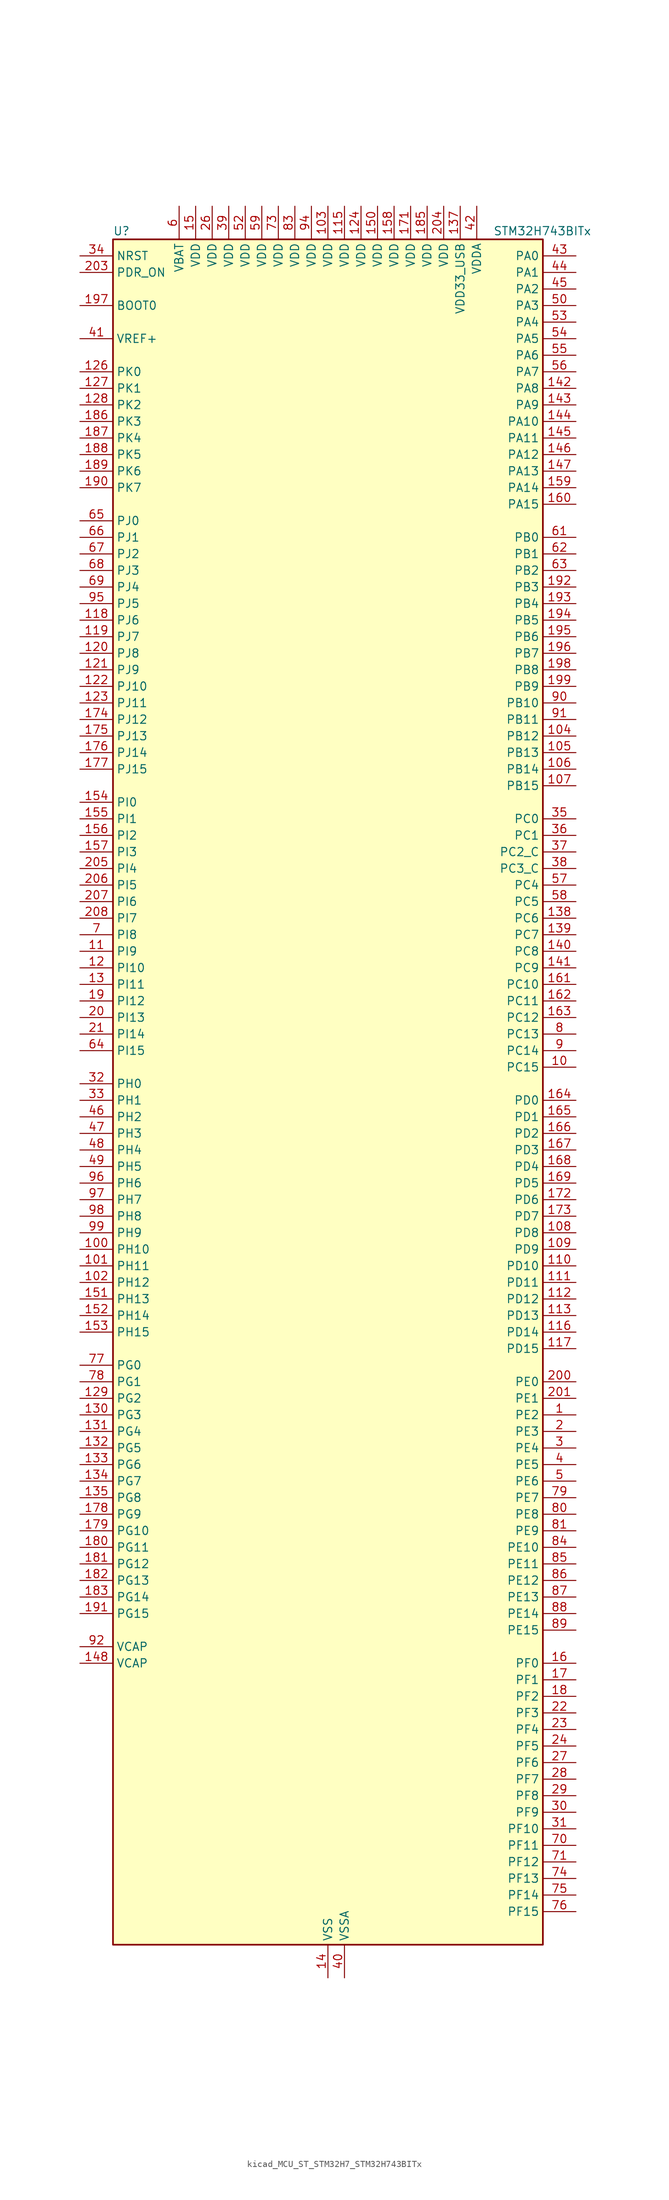
<source format=kicad_sym>
(kicad_symbol_lib
  (version 20220914)
  (generator kicad_symbol_editor)
  (symbol "kicad_MCU_ST_STM32H7_STM32H743BITx"
    (property "Reference" "U"
      (at -33.02 133.35 0)
      (effects (font (size 1.27 1.27)) (justify left)))
    (property "Value" "STM32H743BITx"
      (at 25.4 133.35 0)
      (effects (font (size 1.27 1.27)) (justify left)))
    (property "ki_locked" ""
      (at 0 0 0)
      (effects (font (size 1.27 1.27))))
    (symbol "kicad_MCU_ST_STM32H7_STM32H743BITx_0_1"
      (rectangle (start -33.02 -129.54) (end 33.02 132.08) (stroke (width 0.254) (type default)) (fill (type background))))
    (symbol "kicad_MCU_ST_STM32H7_STM32H743BITx_1_1"
      (pin bidirectional line (at 38.1 -48.26 180) (length 5.08) (name "PE2" (effects (font (size 1.27 1.27)))) (number "1" (effects (font (size 1.27 1.27)))) (alternate "DEBUG_TRACECLK" bidirectional line) (alternate "ETH_TXD3" bidirectional line) (alternate "FMC_A23" bidirectional line) (alternate "QUADSPI_BK1_IO2" bidirectional line) (alternate "SAI1_CK1" bidirectional line) (alternate "SAI1_MCLK_A" bidirectional line) (alternate "SAI4_CK1" bidirectional line) (alternate "SAI4_MCLK_A" bidirectional line) (alternate "SPI4_SCK" bidirectional line))
      (pin bidirectional line (at 38.1 5.08 180) (length 5.08) (name "PC15" (effects (font (size 1.27 1.27)))) (number "10" (effects (font (size 1.27 1.27)))) (alternate "ADC1_EXTI15" bidirectional line) (alternate "ADC2_EXTI15" bidirectional line) (alternate "ADC3_EXTI15" bidirectional line) (alternate "RCC_OSC32_OUT" bidirectional line))
      (pin bidirectional line (at -38.1 -22.86 0) (length 5.08) (name "PH10" (effects (font (size 1.27 1.27)))) (number "100" (effects (font (size 1.27 1.27)))) (alternate "DCMI_D1" bidirectional line) (alternate "FMC_D18" bidirectional line) (alternate "I2C4_SMBA" bidirectional line) (alternate "LTDC_R4" bidirectional line) (alternate "TIM5_CH1" bidirectional line))
      (pin bidirectional line (at -38.1 -25.4 0) (length 5.08) (name "PH11" (effects (font (size 1.27 1.27)))) (number "101" (effects (font (size 1.27 1.27)))) (alternate "ADC1_EXTI11" bidirectional line) (alternate "ADC2_EXTI11" bidirectional line) (alternate "ADC3_EXTI11" bidirectional line) (alternate "DCMI_D2" bidirectional line) (alternate "FMC_D19" bidirectional line) (alternate "I2C4_SCL" bidirectional line) (alternate "LTDC_R5" bidirectional line) (alternate "TIM5_CH2" bidirectional line))
      (pin bidirectional line (at -38.1 -27.94 0) (length 5.08) (name "PH12" (effects (font (size 1.27 1.27)))) (number "102" (effects (font (size 1.27 1.27)))) (alternate "DCMI_D3" bidirectional line) (alternate "FMC_D20" bidirectional line) (alternate "I2C4_SDA" bidirectional line) (alternate "LTDC_R6" bidirectional line) (alternate "TIM5_CH3" bidirectional line))
      (pin power_in line (at 0 137.16 270) (length 5.08) (name "VDD" (effects (font (size 1.27 1.27)))) (number "103" (effects (font (size 1.27 1.27)))))
      (pin bidirectional line (at 38.1 55.88 180) (length 5.08) (name "PB12" (effects (font (size 1.27 1.27)))) (number "104" (effects (font (size 1.27 1.27)))) (alternate "DFSDM1_DATIN1" bidirectional line) (alternate "ETH_TXD0" bidirectional line) (alternate "FDCAN2_RX" bidirectional line) (alternate "I2C2_SMBA" bidirectional line) (alternate "I2S2_WS" bidirectional line) (alternate "SPI2_NSS" bidirectional line) (alternate "TIM1_BKIN" bidirectional line) (alternate "TIM1_BKIN_COMP1" bidirectional line) (alternate "TIM1_BKIN_COMP2" bidirectional line) (alternate "UART5_RX" bidirectional line) (alternate "USART3_CK" bidirectional line) (alternate "USB_OTG_HS_ID" bidirectional line) (alternate "USB_OTG_HS_ULPI_D5" bidirectional line))
      (pin bidirectional line (at 38.1 53.34 180) (length 5.08) (name "PB13" (effects (font (size 1.27 1.27)))) (number "105" (effects (font (size 1.27 1.27)))) (alternate "DFSDM1_CKIN1" bidirectional line) (alternate "ETH_TXD1" bidirectional line) (alternate "FDCAN2_TX" bidirectional line) (alternate "I2S2_CK" bidirectional line) (alternate "LPTIM2_OUT" bidirectional line) (alternate "SPI2_SCK" bidirectional line) (alternate "TIM1_CH1N" bidirectional line) (alternate "UART5_TX" bidirectional line) (alternate "USART3_CTS" bidirectional line) (alternate "USART3_NSS" bidirectional line) (alternate "USB_OTG_HS_ULPI_D6" bidirectional line) (alternate "USB_OTG_HS_VBUS" bidirectional line))
      (pin bidirectional line (at 38.1 50.8 180) (length 5.08) (name "PB14" (effects (font (size 1.27 1.27)))) (number "106" (effects (font (size 1.27 1.27)))) (alternate "DFSDM1_DATIN2" bidirectional line) (alternate "I2S2_SDI" bidirectional line) (alternate "SDMMC2_D0" bidirectional line) (alternate "SPI2_MISO" bidirectional line) (alternate "TIM12_CH1" bidirectional line) (alternate "TIM1_CH2N" bidirectional line) (alternate "TIM8_CH2N" bidirectional line) (alternate "UART4_DE" bidirectional line) (alternate "UART4_RTS" bidirectional line) (alternate "USART1_TX" bidirectional line) (alternate "USART3_DE" bidirectional line) (alternate "USART3_RTS" bidirectional line) (alternate "USB_OTG_HS_DM" bidirectional line))
      (pin bidirectional line (at 38.1 48.26 180) (length 5.08) (name "PB15" (effects (font (size 1.27 1.27)))) (number "107" (effects (font (size 1.27 1.27)))) (alternate "ADC1_EXTI15" bidirectional line) (alternate "ADC2_EXTI15" bidirectional line) (alternate "ADC3_EXTI15" bidirectional line) (alternate "DFSDM1_CKIN2" bidirectional line) (alternate "I2S2_SDO" bidirectional line) (alternate "RTC_REFIN" bidirectional line) (alternate "SDMMC2_D1" bidirectional line) (alternate "SPI2_MOSI" bidirectional line) (alternate "TIM12_CH2" bidirectional line) (alternate "TIM1_CH3N" bidirectional line) (alternate "TIM8_CH3N" bidirectional line) (alternate "UART4_CTS" bidirectional line) (alternate "USART1_RX" bidirectional line) (alternate "USB_OTG_HS_DP" bidirectional line))
      (pin bidirectional line (at 38.1 -20.32 180) (length 5.08) (name "PD8" (effects (font (size 1.27 1.27)))) (number "108" (effects (font (size 1.27 1.27)))) (alternate "DFSDM1_CKIN3" bidirectional line) (alternate "FMC_D13" bidirectional line) (alternate "FMC_DA13" bidirectional line) (alternate "SAI3_SCK_B" bidirectional line) (alternate "SPDIFRX1_IN1" bidirectional line) (alternate "USART3_TX" bidirectional line))
      (pin bidirectional line (at 38.1 -22.86 180) (length 5.08) (name "PD9" (effects (font (size 1.27 1.27)))) (number "109" (effects (font (size 1.27 1.27)))) (alternate "DAC1_EXTI9" bidirectional line) (alternate "DFSDM1_DATIN3" bidirectional line) (alternate "FMC_D14" bidirectional line) (alternate "FMC_DA14" bidirectional line) (alternate "SAI3_SD_B" bidirectional line) (alternate "USART3_RX" bidirectional line))
      (pin bidirectional line (at -38.1 22.86 0) (length 5.08) (name "PI9" (effects (font (size 1.27 1.27)))) (number "11" (effects (font (size 1.27 1.27)))) (alternate "DAC1_EXTI9" bidirectional line) (alternate "FDCAN1_RX" bidirectional line) (alternate "FMC_D30" bidirectional line) (alternate "LTDC_VSYNC" bidirectional line) (alternate "UART4_RX" bidirectional line))
      (pin bidirectional line (at 38.1 -25.4 180) (length 5.08) (name "PD10" (effects (font (size 1.27 1.27)))) (number "110" (effects (font (size 1.27 1.27)))) (alternate "DFSDM1_CKOUT" bidirectional line) (alternate "FMC_D15" bidirectional line) (alternate "FMC_DA15" bidirectional line) (alternate "LTDC_B3" bidirectional line) (alternate "SAI3_FS_B" bidirectional line) (alternate "USART3_CK" bidirectional line))
      (pin bidirectional line (at 38.1 -27.94 180) (length 5.08) (name "PD11" (effects (font (size 1.27 1.27)))) (number "111" (effects (font (size 1.27 1.27)))) (alternate "ADC1_EXTI11" bidirectional line) (alternate "ADC2_EXTI11" bidirectional line) (alternate "ADC3_EXTI11" bidirectional line) (alternate "FMC_A16" bidirectional line) (alternate "FMC_CLE" bidirectional line) (alternate "I2C4_SMBA" bidirectional line) (alternate "LPTIM2_IN2" bidirectional line) (alternate "QUADSPI_BK1_IO0" bidirectional line) (alternate "SAI2_SD_A" bidirectional line) (alternate "USART3_CTS" bidirectional line) (alternate "USART3_NSS" bidirectional line))
      (pin bidirectional line (at 38.1 -30.48 180) (length 5.08) (name "PD12" (effects (font (size 1.27 1.27)))) (number "112" (effects (font (size 1.27 1.27)))) (alternate "FMC_A17" bidirectional line) (alternate "FMC_ALE" bidirectional line) (alternate "I2C4_SCL" bidirectional line) (alternate "LPTIM1_IN1" bidirectional line) (alternate "LPTIM2_IN1" bidirectional line) (alternate "QUADSPI_BK1_IO1" bidirectional line) (alternate "SAI2_FS_A" bidirectional line) (alternate "TIM4_CH1" bidirectional line) (alternate "USART3_DE" bidirectional line) (alternate "USART3_RTS" bidirectional line))
      (pin bidirectional line (at 38.1 -33.02 180) (length 5.08) (name "PD13" (effects (font (size 1.27 1.27)))) (number "113" (effects (font (size 1.27 1.27)))) (alternate "FMC_A18" bidirectional line) (alternate "I2C4_SDA" bidirectional line) (alternate "LPTIM1_OUT" bidirectional line) (alternate "QUADSPI_BK1_IO3" bidirectional line) (alternate "SAI2_SCK_A" bidirectional line) (alternate "TIM4_CH2" bidirectional line))
      (pin passive line (at 0 -134.62 90) (length 5.08) hide (name "VSS" (effects (font (size 1.27 1.27)))) (number "114" (effects (font (size 1.27 1.27)))))
      (pin power_in line (at 2.54 137.16 270) (length 5.08) (name "VDD" (effects (font (size 1.27 1.27)))) (number "115" (effects (font (size 1.27 1.27)))))
      (pin bidirectional line (at 38.1 -35.56 180) (length 5.08) (name "PD14" (effects (font (size 1.27 1.27)))) (number "116" (effects (font (size 1.27 1.27)))) (alternate "FMC_D0" bidirectional line) (alternate "FMC_DA0" bidirectional line) (alternate "SAI3_MCLK_B" bidirectional line) (alternate "TIM4_CH3" bidirectional line) (alternate "UART8_CTS" bidirectional line))
      (pin bidirectional line (at 38.1 -38.1 180) (length 5.08) (name "PD15" (effects (font (size 1.27 1.27)))) (number "117" (effects (font (size 1.27 1.27)))) (alternate "ADC1_EXTI15" bidirectional line) (alternate "ADC2_EXTI15" bidirectional line) (alternate "ADC3_EXTI15" bidirectional line) (alternate "FMC_D1" bidirectional line) (alternate "FMC_DA1" bidirectional line) (alternate "SAI3_MCLK_A" bidirectional line) (alternate "TIM4_CH4" bidirectional line) (alternate "UART8_DE" bidirectional line) (alternate "UART8_RTS" bidirectional line))
      (pin bidirectional line (at -38.1 73.66 0) (length 5.08) (name "PJ6" (effects (font (size 1.27 1.27)))) (number "118" (effects (font (size 1.27 1.27)))) (alternate "LTDC_R7" bidirectional line) (alternate "TIM8_CH2" bidirectional line))
      (pin bidirectional line (at -38.1 71.12 0) (length 5.08) (name "PJ7" (effects (font (size 1.27 1.27)))) (number "119" (effects (font (size 1.27 1.27)))) (alternate "DEBUG_TRGIN" bidirectional line) (alternate "LTDC_G0" bidirectional line) (alternate "TIM8_CH2N" bidirectional line))
      (pin bidirectional line (at -38.1 20.32 0) (length 5.08) (name "PI10" (effects (font (size 1.27 1.27)))) (number "12" (effects (font (size 1.27 1.27)))) (alternate "ETH_RX_ER" bidirectional line) (alternate "FMC_D31" bidirectional line) (alternate "LTDC_HSYNC" bidirectional line))
      (pin bidirectional line (at -38.1 68.58 0) (length 5.08) (name "PJ8" (effects (font (size 1.27 1.27)))) (number "120" (effects (font (size 1.27 1.27)))) (alternate "LTDC_G1" bidirectional line) (alternate "TIM1_CH3N" bidirectional line) (alternate "TIM8_CH1" bidirectional line) (alternate "UART8_TX" bidirectional line))
      (pin bidirectional line (at -38.1 66.04 0) (length 5.08) (name "PJ9" (effects (font (size 1.27 1.27)))) (number "121" (effects (font (size 1.27 1.27)))) (alternate "DAC1_EXTI9" bidirectional line) (alternate "LTDC_G2" bidirectional line) (alternate "TIM1_CH3" bidirectional line) (alternate "TIM8_CH1N" bidirectional line) (alternate "UART8_RX" bidirectional line))
      (pin bidirectional line (at -38.1 63.5 0) (length 5.08) (name "PJ10" (effects (font (size 1.27 1.27)))) (number "122" (effects (font (size 1.27 1.27)))) (alternate "LTDC_G3" bidirectional line) (alternate "SPI5_MOSI" bidirectional line) (alternate "TIM1_CH2N" bidirectional line) (alternate "TIM8_CH2" bidirectional line))
      (pin bidirectional line (at -38.1 60.96 0) (length 5.08) (name "PJ11" (effects (font (size 1.27 1.27)))) (number "123" (effects (font (size 1.27 1.27)))) (alternate "ADC1_EXTI11" bidirectional line) (alternate "ADC2_EXTI11" bidirectional line) (alternate "ADC3_EXTI11" bidirectional line) (alternate "LTDC_G4" bidirectional line) (alternate "SPI5_MISO" bidirectional line) (alternate "TIM1_CH2" bidirectional line) (alternate "TIM8_CH2N" bidirectional line))
      (pin power_in line (at 5.08 137.16 270) (length 5.08) (name "VDD" (effects (font (size 1.27 1.27)))) (number "124" (effects (font (size 1.27 1.27)))))
      (pin passive line (at 0 -134.62 90) (length 5.08) hide (name "VSS" (effects (font (size 1.27 1.27)))) (number "125" (effects (font (size 1.27 1.27)))))
      (pin bidirectional line (at -38.1 111.76 0) (length 5.08) (name "PK0" (effects (font (size 1.27 1.27)))) (number "126" (effects (font (size 1.27 1.27)))) (alternate "LTDC_G5" bidirectional line) (alternate "SPI5_SCK" bidirectional line) (alternate "TIM1_CH1N" bidirectional line) (alternate "TIM8_CH3" bidirectional line))
      (pin bidirectional line (at -38.1 109.22 0) (length 5.08) (name "PK1" (effects (font (size 1.27 1.27)))) (number "127" (effects (font (size 1.27 1.27)))) (alternate "LTDC_G6" bidirectional line) (alternate "SPI5_NSS" bidirectional line) (alternate "TIM1_CH1" bidirectional line) (alternate "TIM8_CH3N" bidirectional line))
      (pin bidirectional line (at -38.1 106.68 0) (length 5.08) (name "PK2" (effects (font (size 1.27 1.27)))) (number "128" (effects (font (size 1.27 1.27)))) (alternate "LTDC_G7" bidirectional line) (alternate "TIM1_BKIN" bidirectional line) (alternate "TIM1_BKIN_COMP1" bidirectional line) (alternate "TIM1_BKIN_COMP2" bidirectional line) (alternate "TIM8_BKIN" bidirectional line) (alternate "TIM8_BKIN_COMP1" bidirectional line) (alternate "TIM8_BKIN_COMP2" bidirectional line))
      (pin bidirectional line (at -38.1 -45.72 0) (length 5.08) (name "PG2" (effects (font (size 1.27 1.27)))) (number "129" (effects (font (size 1.27 1.27)))) (alternate "FMC_A12" bidirectional line) (alternate "TIM8_BKIN" bidirectional line) (alternate "TIM8_BKIN_COMP1" bidirectional line) (alternate "TIM8_BKIN_COMP2" bidirectional line))
      (pin bidirectional line (at -38.1 17.78 0) (length 5.08) (name "PI11" (effects (font (size 1.27 1.27)))) (number "13" (effects (font (size 1.27 1.27)))) (alternate "ADC1_EXTI11" bidirectional line) (alternate "ADC2_EXTI11" bidirectional line) (alternate "ADC3_EXTI11" bidirectional line) (alternate "LTDC_G6" bidirectional line) (alternate "PWR_WKUP4" bidirectional line) (alternate "USB_OTG_HS_ULPI_DIR" bidirectional line))
      (pin bidirectional line (at -38.1 -48.26 0) (length 5.08) (name "PG3" (effects (font (size 1.27 1.27)))) (number "130" (effects (font (size 1.27 1.27)))) (alternate "FMC_A13" bidirectional line) (alternate "TIM8_BKIN2" bidirectional line) (alternate "TIM8_BKIN2_COMP1" bidirectional line) (alternate "TIM8_BKIN2_COMP2" bidirectional line))
      (pin bidirectional line (at -38.1 -50.8 0) (length 5.08) (name "PG4" (effects (font (size 1.27 1.27)))) (number "131" (effects (font (size 1.27 1.27)))) (alternate "FMC_A14" bidirectional line) (alternate "FMC_BA0" bidirectional line) (alternate "TIM1_BKIN2" bidirectional line) (alternate "TIM1_BKIN2_COMP1" bidirectional line) (alternate "TIM1_BKIN2_COMP2" bidirectional line))
      (pin bidirectional line (at -38.1 -53.34 0) (length 5.08) (name "PG5" (effects (font (size 1.27 1.27)))) (number "132" (effects (font (size 1.27 1.27)))) (alternate "FMC_A15" bidirectional line) (alternate "FMC_BA1" bidirectional line) (alternate "TIM1_ETR" bidirectional line))
      (pin bidirectional line (at -38.1 -55.88 0) (length 5.08) (name "PG6" (effects (font (size 1.27 1.27)))) (number "133" (effects (font (size 1.27 1.27)))) (alternate "DCMI_D12" bidirectional line) (alternate "FMC_NE3" bidirectional line) (alternate "HRTIM_CHE1" bidirectional line) (alternate "LTDC_R7" bidirectional line) (alternate "QUADSPI_BK1_NCS" bidirectional line) (alternate "TIM17_BKIN" bidirectional line))
      (pin bidirectional line (at -38.1 -58.42 0) (length 5.08) (name "PG7" (effects (font (size 1.27 1.27)))) (number "134" (effects (font (size 1.27 1.27)))) (alternate "DCMI_D13" bidirectional line) (alternate "FMC_INT" bidirectional line) (alternate "HRTIM_CHE2" bidirectional line) (alternate "LTDC_CLK" bidirectional line) (alternate "SAI1_MCLK_A" bidirectional line) (alternate "USART6_CK" bidirectional line))
      (pin bidirectional line (at -38.1 -60.96 0) (length 5.08) (name "PG8" (effects (font (size 1.27 1.27)))) (number "135" (effects (font (size 1.27 1.27)))) (alternate "ETH_PPS_OUT" bidirectional line) (alternate "FMC_SDCLK" bidirectional line) (alternate "LTDC_G7" bidirectional line) (alternate "SPDIFRX1_IN2" bidirectional line) (alternate "SPI6_NSS" bidirectional line) (alternate "TIM8_ETR" bidirectional line) (alternate "USART6_DE" bidirectional line) (alternate "USART6_RTS" bidirectional line))
      (pin passive line (at 0 -134.62 90) (length 5.08) hide (name "VSS" (effects (font (size 1.27 1.27)))) (number "136" (effects (font (size 1.27 1.27)))))
      (pin power_in line (at 20.32 137.16 270) (length 5.08) (name "VDD33_USB" (effects (font (size 1.27 1.27)))) (number "137" (effects (font (size 1.27 1.27)))))
      (pin bidirectional line (at 38.1 27.94 180) (length 5.08) (name "PC6" (effects (font (size 1.27 1.27)))) (number "138" (effects (font (size 1.27 1.27)))) (alternate "DCMI_D0" bidirectional line) (alternate "DFSDM1_CKIN3" bidirectional line) (alternate "FMC_NWAIT" bidirectional line) (alternate "HRTIM_CHA1" bidirectional line) (alternate "I2S2_MCK" bidirectional line) (alternate "LTDC_HSYNC" bidirectional line) (alternate "SDMMC1_D0DIR" bidirectional line) (alternate "SDMMC1_D6" bidirectional line) (alternate "SDMMC2_D6" bidirectional line) (alternate "SWPMI1_IO" bidirectional line) (alternate "TIM3_CH1" bidirectional line) (alternate "TIM8_CH1" bidirectional line) (alternate "USART6_TX" bidirectional line))
      (pin bidirectional line (at 38.1 25.4 180) (length 5.08) (name "PC7" (effects (font (size 1.27 1.27)))) (number "139" (effects (font (size 1.27 1.27)))) (alternate "DCMI_D1" bidirectional line) (alternate "DEBUG_TRGIO" bidirectional line) (alternate "DFSDM1_DATIN3" bidirectional line) (alternate "FMC_NE1" bidirectional line) (alternate "HRTIM_CHA2" bidirectional line) (alternate "I2S3_MCK" bidirectional line) (alternate "LTDC_G6" bidirectional line) (alternate "SDMMC1_D123DIR" bidirectional line) (alternate "SDMMC1_D7" bidirectional line) (alternate "SDMMC2_D7" bidirectional line) (alternate "SWPMI1_TX" bidirectional line) (alternate "TIM3_CH2" bidirectional line) (alternate "TIM8_CH2" bidirectional line) (alternate "USART6_RX" bidirectional line))
      (pin power_in line (at 0 -134.62 90) (length 5.08) (name "VSS" (effects (font (size 1.27 1.27)))) (number "14" (effects (font (size 1.27 1.27)))))
      (pin bidirectional line (at 38.1 22.86 180) (length 5.08) (name "PC8" (effects (font (size 1.27 1.27)))) (number "140" (effects (font (size 1.27 1.27)))) (alternate "DCMI_D2" bidirectional line) (alternate "DEBUG_TRACED1" bidirectional line) (alternate "FMC_NCE" bidirectional line) (alternate "FMC_NE2" bidirectional line) (alternate "HRTIM_CHB1" bidirectional line) (alternate "SDMMC1_D0" bidirectional line) (alternate "SWPMI1_RX" bidirectional line) (alternate "TIM3_CH3" bidirectional line) (alternate "TIM8_CH3" bidirectional line) (alternate "UART5_DE" bidirectional line) (alternate "UART5_RTS" bidirectional line) (alternate "USART6_CK" bidirectional line))
      (pin bidirectional line (at 38.1 20.32 180) (length 5.08) (name "PC9" (effects (font (size 1.27 1.27)))) (number "141" (effects (font (size 1.27 1.27)))) (alternate "DAC1_EXTI9" bidirectional line) (alternate "DCMI_D3" bidirectional line) (alternate "I2C3_SDA" bidirectional line) (alternate "I2S_CKIN" bidirectional line) (alternate "LTDC_B2" bidirectional line) (alternate "LTDC_G3" bidirectional line) (alternate "QUADSPI_BK1_IO0" bidirectional line) (alternate "RCC_MCO_2" bidirectional line) (alternate "SDMMC1_D1" bidirectional line) (alternate "SWPMI1_SUSPEND" bidirectional line) (alternate "TIM3_CH4" bidirectional line) (alternate "TIM8_CH4" bidirectional line) (alternate "UART5_CTS" bidirectional line))
      (pin bidirectional line (at 38.1 109.22 180) (length 5.08) (name "PA8" (effects (font (size 1.27 1.27)))) (number "142" (effects (font (size 1.27 1.27)))) (alternate "HRTIM_CHB2" bidirectional line) (alternate "I2C3_SCL" bidirectional line) (alternate "LTDC_B3" bidirectional line) (alternate "LTDC_R6" bidirectional line) (alternate "RCC_MCO_1" bidirectional line) (alternate "TIM1_CH1" bidirectional line) (alternate "TIM8_BKIN2" bidirectional line) (alternate "TIM8_BKIN2_COMP1" bidirectional line) (alternate "TIM8_BKIN2_COMP2" bidirectional line) (alternate "UART7_RX" bidirectional line) (alternate "USART1_CK" bidirectional line) (alternate "USB_OTG_FS_SOF" bidirectional line))
      (pin bidirectional line (at 38.1 106.68 180) (length 5.08) (name "PA9" (effects (font (size 1.27 1.27)))) (number "143" (effects (font (size 1.27 1.27)))) (alternate "DAC1_EXTI9" bidirectional line) (alternate "DCMI_D0" bidirectional line) (alternate "HRTIM_CHC1" bidirectional line) (alternate "I2C3_SMBA" bidirectional line) (alternate "I2S2_CK" bidirectional line) (alternate "LPUART1_TX" bidirectional line) (alternate "LTDC_R5" bidirectional line) (alternate "SPI2_SCK" bidirectional line) (alternate "TIM1_CH2" bidirectional line) (alternate "USART1_TX" bidirectional line) (alternate "USB_OTG_FS_VBUS" bidirectional line))
      (pin bidirectional line (at 38.1 104.14 180) (length 5.08) (name "PA10" (effects (font (size 1.27 1.27)))) (number "144" (effects (font (size 1.27 1.27)))) (alternate "DCMI_D1" bidirectional line) (alternate "HRTIM_CHC2" bidirectional line) (alternate "LPUART1_RX" bidirectional line) (alternate "LTDC_B1" bidirectional line) (alternate "LTDC_B4" bidirectional line) (alternate "MDIOS_MDIO" bidirectional line) (alternate "TIM1_CH3" bidirectional line) (alternate "USART1_RX" bidirectional line) (alternate "USB_OTG_FS_ID" bidirectional line))
      (pin bidirectional line (at 38.1 101.6 180) (length 5.08) (name "PA11" (effects (font (size 1.27 1.27)))) (number "145" (effects (font (size 1.27 1.27)))) (alternate "ADC1_EXTI11" bidirectional line) (alternate "ADC2_EXTI11" bidirectional line) (alternate "ADC3_EXTI11" bidirectional line) (alternate "FDCAN1_RX" bidirectional line) (alternate "HRTIM_CHD1" bidirectional line) (alternate "I2S2_WS" bidirectional line) (alternate "LPUART1_CTS" bidirectional line) (alternate "LTDC_R4" bidirectional line) (alternate "SPI2_NSS" bidirectional line) (alternate "TIM1_CH4" bidirectional line) (alternate "UART4_RX" bidirectional line) (alternate "USART1_CTS" bidirectional line) (alternate "USART1_NSS" bidirectional line) (alternate "USB_OTG_FS_DM" bidirectional line))
      (pin bidirectional line (at 38.1 99.06 180) (length 5.08) (name "PA12" (effects (font (size 1.27 1.27)))) (number "146" (effects (font (size 1.27 1.27)))) (alternate "FDCAN1_TX" bidirectional line) (alternate "HRTIM_CHD2" bidirectional line) (alternate "I2S2_CK" bidirectional line) (alternate "LPUART1_DE" bidirectional line) (alternate "LPUART1_RTS" bidirectional line) (alternate "LTDC_R5" bidirectional line) (alternate "SAI2_FS_B" bidirectional line) (alternate "SPI2_SCK" bidirectional line) (alternate "TIM1_ETR" bidirectional line) (alternate "UART4_TX" bidirectional line) (alternate "USART1_DE" bidirectional line) (alternate "USART1_RTS" bidirectional line) (alternate "USB_OTG_FS_DP" bidirectional line))
      (pin bidirectional line (at 38.1 96.52 180) (length 5.08) (name "PA13" (effects (font (size 1.27 1.27)))) (number "147" (effects (font (size 1.27 1.27)))) (alternate "DEBUG_JTMS-SWDIO" bidirectional line))
      (pin power_out line (at -38.1 -86.36 0) (length 5.08) (name "VCAP" (effects (font (size 1.27 1.27)))) (number "148" (effects (font (size 1.27 1.27)))))
      (pin passive line (at 0 -134.62 90) (length 5.08) hide (name "VSS" (effects (font (size 1.27 1.27)))) (number "149" (effects (font (size 1.27 1.27)))))
      (pin power_in line (at -20.32 137.16 270) (length 5.08) (name "VDD" (effects (font (size 1.27 1.27)))) (number "15" (effects (font (size 1.27 1.27)))))
      (pin power_in line (at 7.62 137.16 270) (length 5.08) (name "VDD" (effects (font (size 1.27 1.27)))) (number "150" (effects (font (size 1.27 1.27)))))
      (pin bidirectional line (at -38.1 -30.48 0) (length 5.08) (name "PH13" (effects (font (size 1.27 1.27)))) (number "151" (effects (font (size 1.27 1.27)))) (alternate "FDCAN1_TX" bidirectional line) (alternate "FMC_D21" bidirectional line) (alternate "LTDC_G2" bidirectional line) (alternate "TIM8_CH1N" bidirectional line) (alternate "UART4_TX" bidirectional line))
      (pin bidirectional line (at -38.1 -33.02 0) (length 5.08) (name "PH14" (effects (font (size 1.27 1.27)))) (number "152" (effects (font (size 1.27 1.27)))) (alternate "DCMI_D4" bidirectional line) (alternate "FDCAN1_RX" bidirectional line) (alternate "FMC_D22" bidirectional line) (alternate "LTDC_G3" bidirectional line) (alternate "TIM8_CH2N" bidirectional line) (alternate "UART4_RX" bidirectional line))
      (pin bidirectional line (at -38.1 -35.56 0) (length 5.08) (name "PH15" (effects (font (size 1.27 1.27)))) (number "153" (effects (font (size 1.27 1.27)))) (alternate "ADC1_EXTI15" bidirectional line) (alternate "ADC2_EXTI15" bidirectional line) (alternate "ADC3_EXTI15" bidirectional line) (alternate "DCMI_D11" bidirectional line) (alternate "FMC_D23" bidirectional line) (alternate "LTDC_G4" bidirectional line) (alternate "TIM8_CH3N" bidirectional line))
      (pin bidirectional line (at -38.1 45.72 0) (length 5.08) (name "PI0" (effects (font (size 1.27 1.27)))) (number "154" (effects (font (size 1.27 1.27)))) (alternate "DCMI_D13" bidirectional line) (alternate "FMC_D24" bidirectional line) (alternate "I2S2_WS" bidirectional line) (alternate "LTDC_G5" bidirectional line) (alternate "SPI2_NSS" bidirectional line) (alternate "TIM5_CH4" bidirectional line))
      (pin bidirectional line (at -38.1 43.18 0) (length 5.08) (name "PI1" (effects (font (size 1.27 1.27)))) (number "155" (effects (font (size 1.27 1.27)))) (alternate "DCMI_D8" bidirectional line) (alternate "FMC_D25" bidirectional line) (alternate "I2S2_CK" bidirectional line) (alternate "LTDC_G6" bidirectional line) (alternate "SPI2_SCK" bidirectional line) (alternate "TIM8_BKIN2" bidirectional line) (alternate "TIM8_BKIN2_COMP1" bidirectional line) (alternate "TIM8_BKIN2_COMP2" bidirectional line))
      (pin bidirectional line (at -38.1 40.64 0) (length 5.08) (name "PI2" (effects (font (size 1.27 1.27)))) (number "156" (effects (font (size 1.27 1.27)))) (alternate "DCMI_D9" bidirectional line) (alternate "FMC_D26" bidirectional line) (alternate "I2S2_SDI" bidirectional line) (alternate "LTDC_G7" bidirectional line) (alternate "SPI2_MISO" bidirectional line) (alternate "TIM8_CH4" bidirectional line))
      (pin bidirectional line (at -38.1 38.1 0) (length 5.08) (name "PI3" (effects (font (size 1.27 1.27)))) (number "157" (effects (font (size 1.27 1.27)))) (alternate "DCMI_D10" bidirectional line) (alternate "FMC_D27" bidirectional line) (alternate "I2S2_SDO" bidirectional line) (alternate "SPI2_MOSI" bidirectional line) (alternate "TIM8_ETR" bidirectional line))
      (pin power_in line (at 10.16 137.16 270) (length 5.08) (name "VDD" (effects (font (size 1.27 1.27)))) (number "158" (effects (font (size 1.27 1.27)))))
      (pin bidirectional line (at 38.1 93.98 180) (length 5.08) (name "PA14" (effects (font (size 1.27 1.27)))) (number "159" (effects (font (size 1.27 1.27)))) (alternate "DEBUG_JTCK-SWCLK" bidirectional line))
      (pin bidirectional line (at 38.1 -86.36 180) (length 5.08) (name "PF0" (effects (font (size 1.27 1.27)))) (number "16" (effects (font (size 1.27 1.27)))) (alternate "FMC_A0" bidirectional line) (alternate "I2C2_SDA" bidirectional line))
      (pin bidirectional line (at 38.1 91.44 180) (length 5.08) (name "PA15" (effects (font (size 1.27 1.27)))) (number "160" (effects (font (size 1.27 1.27)))) (alternate "ADC1_EXTI15" bidirectional line) (alternate "ADC2_EXTI15" bidirectional line) (alternate "ADC3_EXTI15" bidirectional line) (alternate "CEC" bidirectional line) (alternate "DEBUG_JTDI" bidirectional line) (alternate "HRTIM_FLT1" bidirectional line) (alternate "I2S1_WS" bidirectional line) (alternate "I2S3_WS" bidirectional line) (alternate "SPI1_NSS" bidirectional line) (alternate "SPI3_NSS" bidirectional line) (alternate "SPI6_NSS" bidirectional line) (alternate "TIM2_CH1" bidirectional line) (alternate "TIM2_ETR" bidirectional line) (alternate "UART4_DE" bidirectional line) (alternate "UART4_RTS" bidirectional line) (alternate "UART7_TX" bidirectional line))
      (pin bidirectional line (at 38.1 17.78 180) (length 5.08) (name "PC10" (effects (font (size 1.27 1.27)))) (number "161" (effects (font (size 1.27 1.27)))) (alternate "DCMI_D8" bidirectional line) (alternate "DFSDM1_CKIN5" bidirectional line) (alternate "HRTIM_EEV1" bidirectional line) (alternate "I2S3_CK" bidirectional line) (alternate "LTDC_R2" bidirectional line) (alternate "QUADSPI_BK1_IO1" bidirectional line) (alternate "SDMMC1_D2" bidirectional line) (alternate "SPI3_SCK" bidirectional line) (alternate "UART4_TX" bidirectional line) (alternate "USART3_TX" bidirectional line))
      (pin bidirectional line (at 38.1 15.24 180) (length 5.08) (name "PC11" (effects (font (size 1.27 1.27)))) (number "162" (effects (font (size 1.27 1.27)))) (alternate "ADC1_EXTI11" bidirectional line) (alternate "ADC2_EXTI11" bidirectional line) (alternate "ADC3_EXTI11" bidirectional line) (alternate "DCMI_D4" bidirectional line) (alternate "DFSDM1_DATIN5" bidirectional line) (alternate "HRTIM_FLT2" bidirectional line) (alternate "I2S3_SDI" bidirectional line) (alternate "QUADSPI_BK2_NCS" bidirectional line) (alternate "SDMMC1_D3" bidirectional line) (alternate "SPI3_MISO" bidirectional line) (alternate "UART4_RX" bidirectional line) (alternate "USART3_RX" bidirectional line))
      (pin bidirectional line (at 38.1 12.7 180) (length 5.08) (name "PC12" (effects (font (size 1.27 1.27)))) (number "163" (effects (font (size 1.27 1.27)))) (alternate "DCMI_D9" bidirectional line) (alternate "DEBUG_TRACED3" bidirectional line) (alternate "HRTIM_EEV2" bidirectional line) (alternate "I2S3_SDO" bidirectional line) (alternate "SDMMC1_CK" bidirectional line) (alternate "SPI3_MOSI" bidirectional line) (alternate "UART5_TX" bidirectional line) (alternate "USART3_CK" bidirectional line))
      (pin bidirectional line (at 38.1 0 180) (length 5.08) (name "PD0" (effects (font (size 1.27 1.27)))) (number "164" (effects (font (size 1.27 1.27)))) (alternate "DFSDM1_CKIN6" bidirectional line) (alternate "FDCAN1_RX" bidirectional line) (alternate "FMC_D2" bidirectional line) (alternate "FMC_DA2" bidirectional line) (alternate "SAI3_SCK_A" bidirectional line) (alternate "UART4_RX" bidirectional line))
      (pin bidirectional line (at 38.1 -2.54 180) (length 5.08) (name "PD1" (effects (font (size 1.27 1.27)))) (number "165" (effects (font (size 1.27 1.27)))) (alternate "DFSDM1_DATIN6" bidirectional line) (alternate "FDCAN1_TX" bidirectional line) (alternate "FMC_D3" bidirectional line) (alternate "FMC_DA3" bidirectional line) (alternate "SAI3_SD_A" bidirectional line) (alternate "UART4_TX" bidirectional line))
      (pin bidirectional line (at 38.1 -5.08 180) (length 5.08) (name "PD2" (effects (font (size 1.27 1.27)))) (number "166" (effects (font (size 1.27 1.27)))) (alternate "DCMI_D11" bidirectional line) (alternate "DEBUG_TRACED2" bidirectional line) (alternate "SDMMC1_CMD" bidirectional line) (alternate "TIM3_ETR" bidirectional line) (alternate "UART5_RX" bidirectional line))
      (pin bidirectional line (at 38.1 -7.62 180) (length 5.08) (name "PD3" (effects (font (size 1.27 1.27)))) (number "167" (effects (font (size 1.27 1.27)))) (alternate "DCMI_D5" bidirectional line) (alternate "DFSDM1_CKOUT" bidirectional line) (alternate "FMC_CLK" bidirectional line) (alternate "I2S2_CK" bidirectional line) (alternate "LTDC_G7" bidirectional line) (alternate "SPI2_SCK" bidirectional line) (alternate "USART2_CTS" bidirectional line) (alternate "USART2_NSS" bidirectional line))
      (pin bidirectional line (at 38.1 -10.16 180) (length 5.08) (name "PD4" (effects (font (size 1.27 1.27)))) (number "168" (effects (font (size 1.27 1.27)))) (alternate "FMC_NOE" bidirectional line) (alternate "HRTIM_FLT3" bidirectional line) (alternate "SAI3_FS_A" bidirectional line) (alternate "USART2_DE" bidirectional line) (alternate "USART2_RTS" bidirectional line))
      (pin bidirectional line (at 38.1 -12.7 180) (length 5.08) (name "PD5" (effects (font (size 1.27 1.27)))) (number "169" (effects (font (size 1.27 1.27)))) (alternate "FMC_NWE" bidirectional line) (alternate "HRTIM_EEV3" bidirectional line) (alternate "USART2_TX" bidirectional line))
      (pin bidirectional line (at 38.1 -88.9 180) (length 5.08) (name "PF1" (effects (font (size 1.27 1.27)))) (number "17" (effects (font (size 1.27 1.27)))) (alternate "FMC_A1" bidirectional line) (alternate "I2C2_SCL" bidirectional line))
      (pin passive line (at 0 -134.62 90) (length 5.08) hide (name "VSS" (effects (font (size 1.27 1.27)))) (number "170" (effects (font (size 1.27 1.27)))))
      (pin power_in line (at 12.7 137.16 270) (length 5.08) (name "VDD" (effects (font (size 1.27 1.27)))) (number "171" (effects (font (size 1.27 1.27)))))
      (pin bidirectional line (at 38.1 -15.24 180) (length 5.08) (name "PD6" (effects (font (size 1.27 1.27)))) (number "172" (effects (font (size 1.27 1.27)))) (alternate "DCMI_D10" bidirectional line) (alternate "DFSDM1_CKIN4" bidirectional line) (alternate "DFSDM1_DATIN1" bidirectional line) (alternate "FMC_NWAIT" bidirectional line) (alternate "I2S3_SDO" bidirectional line) (alternate "LTDC_B2" bidirectional line) (alternate "SAI1_D1" bidirectional line) (alternate "SAI1_SD_A" bidirectional line) (alternate "SAI4_D1" bidirectional line) (alternate "SAI4_SD_A" bidirectional line) (alternate "SDMMC2_CK" bidirectional line) (alternate "SPI3_MOSI" bidirectional line) (alternate "USART2_RX" bidirectional line))
      (pin bidirectional line (at 38.1 -17.78 180) (length 5.08) (name "PD7" (effects (font (size 1.27 1.27)))) (number "173" (effects (font (size 1.27 1.27)))) (alternate "DFSDM1_CKIN1" bidirectional line) (alternate "DFSDM1_DATIN4" bidirectional line) (alternate "FMC_NE1" bidirectional line) (alternate "I2S1_SDO" bidirectional line) (alternate "SDMMC2_CMD" bidirectional line) (alternate "SPDIFRX1_IN0" bidirectional line) (alternate "SPI1_MOSI" bidirectional line) (alternate "USART2_CK" bidirectional line))
      (pin bidirectional line (at -38.1 58.42 0) (length 5.08) (name "PJ12" (effects (font (size 1.27 1.27)))) (number "174" (effects (font (size 1.27 1.27)))) (alternate "DEBUG_TRGOUT" bidirectional line) (alternate "LTDC_B0" bidirectional line) (alternate "LTDC_G3" bidirectional line))
      (pin bidirectional line (at -38.1 55.88 0) (length 5.08) (name "PJ13" (effects (font (size 1.27 1.27)))) (number "175" (effects (font (size 1.27 1.27)))) (alternate "LTDC_B1" bidirectional line) (alternate "LTDC_B4" bidirectional line))
      (pin bidirectional line (at -38.1 53.34 0) (length 5.08) (name "PJ14" (effects (font (size 1.27 1.27)))) (number "176" (effects (font (size 1.27 1.27)))) (alternate "LTDC_B2" bidirectional line))
      (pin bidirectional line (at -38.1 50.8 0) (length 5.08) (name "PJ15" (effects (font (size 1.27 1.27)))) (number "177" (effects (font (size 1.27 1.27)))) (alternate "ADC1_EXTI15" bidirectional line) (alternate "ADC2_EXTI15" bidirectional line) (alternate "ADC3_EXTI15" bidirectional line) (alternate "LTDC_B3" bidirectional line))
      (pin bidirectional line (at -38.1 -63.5 0) (length 5.08) (name "PG9" (effects (font (size 1.27 1.27)))) (number "178" (effects (font (size 1.27 1.27)))) (alternate "DAC1_EXTI9" bidirectional line) (alternate "DCMI_VSYNC" bidirectional line) (alternate "FMC_NCE" bidirectional line) (alternate "FMC_NE2" bidirectional line) (alternate "I2S1_SDI" bidirectional line) (alternate "QUADSPI_BK2_IO2" bidirectional line) (alternate "SAI2_FS_B" bidirectional line) (alternate "SPDIFRX1_IN3" bidirectional line) (alternate "SPI1_MISO" bidirectional line) (alternate "USART6_RX" bidirectional line))
      (pin bidirectional line (at -38.1 -66.04 0) (length 5.08) (name "PG10" (effects (font (size 1.27 1.27)))) (number "179" (effects (font (size 1.27 1.27)))) (alternate "DCMI_D2" bidirectional line) (alternate "FMC_NE3" bidirectional line) (alternate "HRTIM_FLT5" bidirectional line) (alternate "I2S1_WS" bidirectional line) (alternate "LTDC_B2" bidirectional line) (alternate "LTDC_G3" bidirectional line) (alternate "SAI2_SD_B" bidirectional line) (alternate "SPI1_NSS" bidirectional line))
      (pin bidirectional line (at 38.1 -91.44 180) (length 5.08) (name "PF2" (effects (font (size 1.27 1.27)))) (number "18" (effects (font (size 1.27 1.27)))) (alternate "FMC_A2" bidirectional line) (alternate "I2C2_SMBA" bidirectional line))
      (pin bidirectional line (at -38.1 -68.58 0) (length 5.08) (name "PG11" (effects (font (size 1.27 1.27)))) (number "180" (effects (font (size 1.27 1.27)))) (alternate "ADC1_EXTI11" bidirectional line) (alternate "ADC2_EXTI11" bidirectional line) (alternate "ADC3_EXTI11" bidirectional line) (alternate "DCMI_D3" bidirectional line) (alternate "ETH_TX_EN" bidirectional line) (alternate "HRTIM_EEV4" bidirectional line) (alternate "I2S1_CK" bidirectional line) (alternate "LPTIM1_IN2" bidirectional line) (alternate "LTDC_B3" bidirectional line) (alternate "SDMMC2_D2" bidirectional line) (alternate "SPDIFRX1_IN0" bidirectional line) (alternate "SPI1_SCK" bidirectional line))
      (pin bidirectional line (at -38.1 -71.12 0) (length 5.08) (name "PG12" (effects (font (size 1.27 1.27)))) (number "181" (effects (font (size 1.27 1.27)))) (alternate "ETH_TXD1" bidirectional line) (alternate "FMC_NE4" bidirectional line) (alternate "HRTIM_EEV5" bidirectional line) (alternate "LPTIM1_IN1" bidirectional line) (alternate "LTDC_B1" bidirectional line) (alternate "LTDC_B4" bidirectional line) (alternate "SPDIFRX1_IN1" bidirectional line) (alternate "SPI6_MISO" bidirectional line) (alternate "USART6_DE" bidirectional line) (alternate "USART6_RTS" bidirectional line))
      (pin bidirectional line (at -38.1 -73.66 0) (length 5.08) (name "PG13" (effects (font (size 1.27 1.27)))) (number "182" (effects (font (size 1.27 1.27)))) (alternate "DEBUG_TRACED0" bidirectional line) (alternate "ETH_TXD0" bidirectional line) (alternate "FMC_A24" bidirectional line) (alternate "HRTIM_EEV10" bidirectional line) (alternate "LPTIM1_OUT" bidirectional line) (alternate "LTDC_R0" bidirectional line) (alternate "SPI6_SCK" bidirectional line) (alternate "USART6_CTS" bidirectional line) (alternate "USART6_NSS" bidirectional line))
      (pin bidirectional line (at -38.1 -76.2 0) (length 5.08) (name "PG14" (effects (font (size 1.27 1.27)))) (number "183" (effects (font (size 1.27 1.27)))) (alternate "DEBUG_TRACED1" bidirectional line) (alternate "ETH_TXD1" bidirectional line) (alternate "FMC_A25" bidirectional line) (alternate "LPTIM1_ETR" bidirectional line) (alternate "LTDC_B0" bidirectional line) (alternate "QUADSPI_BK2_IO3" bidirectional line) (alternate "SPI6_MOSI" bidirectional line) (alternate "USART6_TX" bidirectional line))
      (pin passive line (at 0 -134.62 90) (length 5.08) hide (name "VSS" (effects (font (size 1.27 1.27)))) (number "184" (effects (font (size 1.27 1.27)))))
      (pin power_in line (at 15.24 137.16 270) (length 5.08) (name "VDD" (effects (font (size 1.27 1.27)))) (number "185" (effects (font (size 1.27 1.27)))))
      (pin bidirectional line (at -38.1 104.14 0) (length 5.08) (name "PK3" (effects (font (size 1.27 1.27)))) (number "186" (effects (font (size 1.27 1.27)))) (alternate "LTDC_B4" bidirectional line))
      (pin bidirectional line (at -38.1 101.6 0) (length 5.08) (name "PK4" (effects (font (size 1.27 1.27)))) (number "187" (effects (font (size 1.27 1.27)))) (alternate "LTDC_B5" bidirectional line))
      (pin bidirectional line (at -38.1 99.06 0) (length 5.08) (name "PK5" (effects (font (size 1.27 1.27)))) (number "188" (effects (font (size 1.27 1.27)))) (alternate "LTDC_B6" bidirectional line))
      (pin bidirectional line (at -38.1 96.52 0) (length 5.08) (name "PK6" (effects (font (size 1.27 1.27)))) (number "189" (effects (font (size 1.27 1.27)))) (alternate "LTDC_B7" bidirectional line))
      (pin bidirectional line (at -38.1 15.24 0) (length 5.08) (name "PI12" (effects (font (size 1.27 1.27)))) (number "19" (effects (font (size 1.27 1.27)))) (alternate "LTDC_HSYNC" bidirectional line))
      (pin bidirectional line (at -38.1 93.98 0) (length 5.08) (name "PK7" (effects (font (size 1.27 1.27)))) (number "190" (effects (font (size 1.27 1.27)))) (alternate "LTDC_DE" bidirectional line))
      (pin bidirectional line (at -38.1 -78.74 0) (length 5.08) (name "PG15" (effects (font (size 1.27 1.27)))) (number "191" (effects (font (size 1.27 1.27)))) (alternate "ADC1_EXTI15" bidirectional line) (alternate "ADC2_EXTI15" bidirectional line) (alternate "ADC3_EXTI15" bidirectional line) (alternate "DCMI_D13" bidirectional line) (alternate "FMC_SDNCAS" bidirectional line) (alternate "USART6_CTS" bidirectional line) (alternate "USART6_NSS" bidirectional line))
      (pin bidirectional line (at 38.1 78.74 180) (length 5.08) (name "PB3" (effects (font (size 1.27 1.27)))) (number "192" (effects (font (size 1.27 1.27)))) (alternate "CRS_SYNC" bidirectional line) (alternate "DEBUG_JTDO-SWO" bidirectional line) (alternate "HRTIM_FLT4" bidirectional line) (alternate "I2S1_CK" bidirectional line) (alternate "I2S3_CK" bidirectional line) (alternate "SDMMC2_D2" bidirectional line) (alternate "SPI1_SCK" bidirectional line) (alternate "SPI3_SCK" bidirectional line) (alternate "SPI6_SCK" bidirectional line) (alternate "TIM2_CH2" bidirectional line) (alternate "UART7_RX" bidirectional line))
      (pin bidirectional line (at 38.1 76.2 180) (length 5.08) (name "PB4" (effects (font (size 1.27 1.27)))) (number "193" (effects (font (size 1.27 1.27)))) (alternate "DEBUG_JTRST" bidirectional line) (alternate "HRTIM_EEV6" bidirectional line) (alternate "I2S1_SDI" bidirectional line) (alternate "I2S2_WS" bidirectional line) (alternate "I2S3_SDI" bidirectional line) (alternate "SDMMC2_D3" bidirectional line) (alternate "SPI1_MISO" bidirectional line) (alternate "SPI2_NSS" bidirectional line) (alternate "SPI3_MISO" bidirectional line) (alternate "SPI6_MISO" bidirectional line) (alternate "TIM16_BKIN" bidirectional line) (alternate "TIM3_CH1" bidirectional line) (alternate "UART7_TX" bidirectional line))
      (pin bidirectional line (at 38.1 73.66 180) (length 5.08) (name "PB5" (effects (font (size 1.27 1.27)))) (number "194" (effects (font (size 1.27 1.27)))) (alternate "DCMI_D10" bidirectional line) (alternate "ETH_PPS_OUT" bidirectional line) (alternate "FDCAN2_RX" bidirectional line) (alternate "FMC_SDCKE1" bidirectional line) (alternate "HRTIM_EEV7" bidirectional line) (alternate "I2C1_SMBA" bidirectional line) (alternate "I2C4_SMBA" bidirectional line) (alternate "I2S1_SDO" bidirectional line) (alternate "I2S3_SDO" bidirectional line) (alternate "SPI1_MOSI" bidirectional line) (alternate "SPI3_MOSI" bidirectional line) (alternate "SPI6_MOSI" bidirectional line) (alternate "TIM17_BKIN" bidirectional line) (alternate "TIM3_CH2" bidirectional line) (alternate "UART5_RX" bidirectional line) (alternate "USB_OTG_HS_ULPI_D7" bidirectional line))
      (pin bidirectional line (at 38.1 71.12 180) (length 5.08) (name "PB6" (effects (font (size 1.27 1.27)))) (number "195" (effects (font (size 1.27 1.27)))) (alternate "CEC" bidirectional line) (alternate "DCMI_D5" bidirectional line) (alternate "DFSDM1_DATIN5" bidirectional line) (alternate "FDCAN2_TX" bidirectional line) (alternate "FMC_SDNE1" bidirectional line) (alternate "HRTIM_EEV8" bidirectional line) (alternate "I2C1_SCL" bidirectional line) (alternate "I2C4_SCL" bidirectional line) (alternate "LPUART1_TX" bidirectional line) (alternate "QUADSPI_BK1_NCS" bidirectional line) (alternate "TIM16_CH1N" bidirectional line) (alternate "TIM4_CH1" bidirectional line) (alternate "UART5_TX" bidirectional line) (alternate "USART1_TX" bidirectional line))
      (pin bidirectional line (at 38.1 68.58 180) (length 5.08) (name "PB7" (effects (font (size 1.27 1.27)))) (number "196" (effects (font (size 1.27 1.27)))) (alternate "DCMI_VSYNC" bidirectional line) (alternate "DFSDM1_CKIN5" bidirectional line) (alternate "FMC_NL" bidirectional line) (alternate "HRTIM_EEV9" bidirectional line) (alternate "I2C1_SDA" bidirectional line) (alternate "I2C4_SDA" bidirectional line) (alternate "LPUART1_RX" bidirectional line) (alternate "PWR_PVD_IN" bidirectional line) (alternate "TIM17_CH1N" bidirectional line) (alternate "TIM4_CH2" bidirectional line) (alternate "USART1_RX" bidirectional line))
      (pin input line (at -38.1 121.92 0) (length 5.08) (name "BOOT0" (effects (font (size 1.27 1.27)))) (number "197" (effects (font (size 1.27 1.27)))))
      (pin bidirectional line (at 38.1 66.04 180) (length 5.08) (name "PB8" (effects (font (size 1.27 1.27)))) (number "198" (effects (font (size 1.27 1.27)))) (alternate "DCMI_D6" bidirectional line) (alternate "DFSDM1_CKIN7" bidirectional line) (alternate "ETH_TXD3" bidirectional line) (alternate "FDCAN1_RX" bidirectional line) (alternate "I2C1_SCL" bidirectional line) (alternate "I2C4_SCL" bidirectional line) (alternate "LTDC_B6" bidirectional line) (alternate "SDMMC1_CKIN" bidirectional line) (alternate "SDMMC1_D4" bidirectional line) (alternate "SDMMC2_D4" bidirectional line) (alternate "TIM16_CH1" bidirectional line) (alternate "TIM4_CH3" bidirectional line) (alternate "UART4_RX" bidirectional line))
      (pin bidirectional line (at 38.1 63.5 180) (length 5.08) (name "PB9" (effects (font (size 1.27 1.27)))) (number "199" (effects (font (size 1.27 1.27)))) (alternate "DAC1_EXTI9" bidirectional line) (alternate "DCMI_D7" bidirectional line) (alternate "DFSDM1_DATIN7" bidirectional line) (alternate "FDCAN1_TX" bidirectional line) (alternate "I2C1_SDA" bidirectional line) (alternate "I2C4_SDA" bidirectional line) (alternate "I2C4_SMBA" bidirectional line) (alternate "I2S2_WS" bidirectional line) (alternate "LTDC_B7" bidirectional line) (alternate "SDMMC1_CDIR" bidirectional line) (alternate "SDMMC1_D5" bidirectional line) (alternate "SDMMC2_D5" bidirectional line) (alternate "SPI2_NSS" bidirectional line) (alternate "TIM17_CH1" bidirectional line) (alternate "TIM4_CH4" bidirectional line) (alternate "UART4_TX" bidirectional line))
      (pin bidirectional line (at 38.1 -50.8 180) (length 5.08) (name "PE3" (effects (font (size 1.27 1.27)))) (number "2" (effects (font (size 1.27 1.27)))) (alternate "DEBUG_TRACED0" bidirectional line) (alternate "FMC_A19" bidirectional line) (alternate "SAI1_SD_B" bidirectional line) (alternate "SAI4_SD_B" bidirectional line) (alternate "TIM15_BKIN" bidirectional line))
      (pin bidirectional line (at -38.1 12.7 0) (length 5.08) (name "PI13" (effects (font (size 1.27 1.27)))) (number "20" (effects (font (size 1.27 1.27)))) (alternate "LTDC_VSYNC" bidirectional line))
      (pin bidirectional line (at 38.1 -43.18 180) (length 5.08) (name "PE0" (effects (font (size 1.27 1.27)))) (number "200" (effects (font (size 1.27 1.27)))) (alternate "DCMI_D2" bidirectional line) (alternate "FMC_NBL0" bidirectional line) (alternate "HRTIM_SCIN" bidirectional line) (alternate "LPTIM1_ETR" bidirectional line) (alternate "LPTIM2_ETR" bidirectional line) (alternate "SAI2_MCLK_A" bidirectional line) (alternate "TIM4_ETR" bidirectional line) (alternate "UART8_RX" bidirectional line))
      (pin bidirectional line (at 38.1 -45.72 180) (length 5.08) (name "PE1" (effects (font (size 1.27 1.27)))) (number "201" (effects (font (size 1.27 1.27)))) (alternate "DCMI_D3" bidirectional line) (alternate "FMC_NBL1" bidirectional line) (alternate "HRTIM_SCOUT" bidirectional line) (alternate "LPTIM1_IN2" bidirectional line) (alternate "UART8_TX" bidirectional line))
      (pin passive line (at 0 -134.62 90) (length 5.08) hide (name "VSS" (effects (font (size 1.27 1.27)))) (number "202" (effects (font (size 1.27 1.27)))))
      (pin input line (at -38.1 127 0) (length 5.08) (name "PDR_ON" (effects (font (size 1.27 1.27)))) (number "203" (effects (font (size 1.27 1.27)))))
      (pin power_in line (at 17.78 137.16 270) (length 5.08) (name "VDD" (effects (font (size 1.27 1.27)))) (number "204" (effects (font (size 1.27 1.27)))))
      (pin bidirectional line (at -38.1 35.56 0) (length 5.08) (name "PI4" (effects (font (size 1.27 1.27)))) (number "205" (effects (font (size 1.27 1.27)))) (alternate "DCMI_D5" bidirectional line) (alternate "FMC_NBL2" bidirectional line) (alternate "LTDC_B4" bidirectional line) (alternate "SAI2_MCLK_A" bidirectional line) (alternate "TIM8_BKIN" bidirectional line) (alternate "TIM8_BKIN_COMP1" bidirectional line) (alternate "TIM8_BKIN_COMP2" bidirectional line))
      (pin bidirectional line (at -38.1 33.02 0) (length 5.08) (name "PI5" (effects (font (size 1.27 1.27)))) (number "206" (effects (font (size 1.27 1.27)))) (alternate "DCMI_VSYNC" bidirectional line) (alternate "FMC_NBL3" bidirectional line) (alternate "LTDC_B5" bidirectional line) (alternate "SAI2_SCK_A" bidirectional line) (alternate "TIM8_CH1" bidirectional line))
      (pin bidirectional line (at -38.1 30.48 0) (length 5.08) (name "PI6" (effects (font (size 1.27 1.27)))) (number "207" (effects (font (size 1.27 1.27)))) (alternate "DCMI_D6" bidirectional line) (alternate "FMC_D28" bidirectional line) (alternate "LTDC_B6" bidirectional line) (alternate "SAI2_SD_A" bidirectional line) (alternate "TIM8_CH2" bidirectional line))
      (pin bidirectional line (at -38.1 27.94 0) (length 5.08) (name "PI7" (effects (font (size 1.27 1.27)))) (number "208" (effects (font (size 1.27 1.27)))) (alternate "DCMI_D7" bidirectional line) (alternate "FMC_D29" bidirectional line) (alternate "LTDC_B7" bidirectional line) (alternate "SAI2_FS_A" bidirectional line) (alternate "TIM8_CH3" bidirectional line))
      (pin bidirectional line (at -38.1 10.16 0) (length 5.08) (name "PI14" (effects (font (size 1.27 1.27)))) (number "21" (effects (font (size 1.27 1.27)))) (alternate "LTDC_CLK" bidirectional line))
      (pin bidirectional line (at 38.1 -93.98 180) (length 5.08) (name "PF3" (effects (font (size 1.27 1.27)))) (number "22" (effects (font (size 1.27 1.27)))) (alternate "ADC3_INP5" bidirectional line) (alternate "FMC_A3" bidirectional line))
      (pin bidirectional line (at 38.1 -96.52 180) (length 5.08) (name "PF4" (effects (font (size 1.27 1.27)))) (number "23" (effects (font (size 1.27 1.27)))) (alternate "ADC3_INN5" bidirectional line) (alternate "ADC3_INP9" bidirectional line) (alternate "FMC_A4" bidirectional line))
      (pin bidirectional line (at 38.1 -99.06 180) (length 5.08) (name "PF5" (effects (font (size 1.27 1.27)))) (number "24" (effects (font (size 1.27 1.27)))) (alternate "ADC3_INP4" bidirectional line) (alternate "FMC_A5" bidirectional line))
      (pin passive line (at 0 -134.62 90) (length 5.08) hide (name "VSS" (effects (font (size 1.27 1.27)))) (number "25" (effects (font (size 1.27 1.27)))))
      (pin power_in line (at -17.78 137.16 270) (length 5.08) (name "VDD" (effects (font (size 1.27 1.27)))) (number "26" (effects (font (size 1.27 1.27)))))
      (pin bidirectional line (at 38.1 -101.6 180) (length 5.08) (name "PF6" (effects (font (size 1.27 1.27)))) (number "27" (effects (font (size 1.27 1.27)))) (alternate "ADC3_INN4" bidirectional line) (alternate "ADC3_INP8" bidirectional line) (alternate "QUADSPI_BK1_IO3" bidirectional line) (alternate "SAI1_SD_B" bidirectional line) (alternate "SAI4_SD_B" bidirectional line) (alternate "SPI5_NSS" bidirectional line) (alternate "TIM16_CH1" bidirectional line) (alternate "UART7_RX" bidirectional line))
      (pin bidirectional line (at 38.1 -104.14 180) (length 5.08) (name "PF7" (effects (font (size 1.27 1.27)))) (number "28" (effects (font (size 1.27 1.27)))) (alternate "ADC3_INP3" bidirectional line) (alternate "QUADSPI_BK1_IO2" bidirectional line) (alternate "SAI1_MCLK_B" bidirectional line) (alternate "SAI4_MCLK_B" bidirectional line) (alternate "SPI5_SCK" bidirectional line) (alternate "TIM17_CH1" bidirectional line) (alternate "UART7_TX" bidirectional line))
      (pin bidirectional line (at 38.1 -106.68 180) (length 5.08) (name "PF8" (effects (font (size 1.27 1.27)))) (number "29" (effects (font (size 1.27 1.27)))) (alternate "ADC3_INN3" bidirectional line) (alternate "ADC3_INP7" bidirectional line) (alternate "QUADSPI_BK1_IO0" bidirectional line) (alternate "SAI1_SCK_B" bidirectional line) (alternate "SAI4_SCK_B" bidirectional line) (alternate "SPI5_MISO" bidirectional line) (alternate "TIM13_CH1" bidirectional line) (alternate "TIM16_CH1N" bidirectional line) (alternate "UART7_DE" bidirectional line) (alternate "UART7_RTS" bidirectional line))
      (pin bidirectional line (at 38.1 -53.34 180) (length 5.08) (name "PE4" (effects (font (size 1.27 1.27)))) (number "3" (effects (font (size 1.27 1.27)))) (alternate "DCMI_D4" bidirectional line) (alternate "DEBUG_TRACED1" bidirectional line) (alternate "DFSDM1_DATIN3" bidirectional line) (alternate "FMC_A20" bidirectional line) (alternate "LTDC_B0" bidirectional line) (alternate "SAI1_D2" bidirectional line) (alternate "SAI1_FS_A" bidirectional line) (alternate "SAI4_D2" bidirectional line) (alternate "SAI4_FS_A" bidirectional line) (alternate "SPI4_NSS" bidirectional line) (alternate "TIM15_CH1N" bidirectional line))
      (pin bidirectional line (at 38.1 -109.22 180) (length 5.08) (name "PF9" (effects (font (size 1.27 1.27)))) (number "30" (effects (font (size 1.27 1.27)))) (alternate "ADC3_INP2" bidirectional line) (alternate "DAC1_EXTI9" bidirectional line) (alternate "QUADSPI_BK1_IO1" bidirectional line) (alternate "SAI1_FS_B" bidirectional line) (alternate "SAI4_FS_B" bidirectional line) (alternate "SPI5_MOSI" bidirectional line) (alternate "TIM14_CH1" bidirectional line) (alternate "TIM17_CH1N" bidirectional line) (alternate "UART7_CTS" bidirectional line))
      (pin bidirectional line (at 38.1 -111.76 180) (length 5.08) (name "PF10" (effects (font (size 1.27 1.27)))) (number "31" (effects (font (size 1.27 1.27)))) (alternate "ADC3_INN2" bidirectional line) (alternate "ADC3_INP6" bidirectional line) (alternate "DCMI_D11" bidirectional line) (alternate "LTDC_DE" bidirectional line) (alternate "QUADSPI_CLK" bidirectional line) (alternate "SAI1_D3" bidirectional line) (alternate "SAI4_D3" bidirectional line) (alternate "TIM16_BKIN" bidirectional line))
      (pin bidirectional line (at -38.1 2.54 0) (length 5.08) (name "PH0" (effects (font (size 1.27 1.27)))) (number "32" (effects (font (size 1.27 1.27)))) (alternate "RCC_OSC_IN" bidirectional line))
      (pin bidirectional line (at -38.1 0 0) (length 5.08) (name "PH1" (effects (font (size 1.27 1.27)))) (number "33" (effects (font (size 1.27 1.27)))) (alternate "RCC_OSC_OUT" bidirectional line))
      (pin input line (at -38.1 129.54 0) (length 5.08) (name "NRST" (effects (font (size 1.27 1.27)))) (number "34" (effects (font (size 1.27 1.27)))))
      (pin bidirectional line (at 38.1 43.18 180) (length 5.08) (name "PC0" (effects (font (size 1.27 1.27)))) (number "35" (effects (font (size 1.27 1.27)))) (alternate "ADC1_INP10" bidirectional line) (alternate "ADC2_INP10" bidirectional line) (alternate "ADC3_INP10" bidirectional line) (alternate "DFSDM1_CKIN0" bidirectional line) (alternate "DFSDM1_DATIN4" bidirectional line) (alternate "FMC_SDNWE" bidirectional line) (alternate "LTDC_R5" bidirectional line) (alternate "SAI2_FS_B" bidirectional line) (alternate "USB_OTG_HS_ULPI_STP" bidirectional line))
      (pin bidirectional line (at 38.1 40.64 180) (length 5.08) (name "PC1" (effects (font (size 1.27 1.27)))) (number "36" (effects (font (size 1.27 1.27)))) (alternate "ADC1_INN10" bidirectional line) (alternate "ADC1_INP11" bidirectional line) (alternate "ADC2_INN10" bidirectional line) (alternate "ADC2_INP11" bidirectional line) (alternate "ADC3_INN10" bidirectional line) (alternate "ADC3_INP11" bidirectional line) (alternate "DEBUG_TRACED0" bidirectional line) (alternate "DFSDM1_CKIN4" bidirectional line) (alternate "DFSDM1_DATIN0" bidirectional line) (alternate "ETH_MDC" bidirectional line) (alternate "I2S2_SDO" bidirectional line) (alternate "MDIOS_MDC" bidirectional line) (alternate "PWR_WKUP5" bidirectional line) (alternate "RTC_TAMP3" bidirectional line) (alternate "SAI1_D1" bidirectional line) (alternate "SAI1_SD_A" bidirectional line) (alternate "SAI4_D1" bidirectional line) (alternate "SAI4_SD_A" bidirectional line) (alternate "SDMMC2_CK" bidirectional line) (alternate "SPI2_MOSI" bidirectional line))
      (pin bidirectional line (at 38.1 38.1 180) (length 5.08) (name "PC2_C" (effects (font (size 1.27 1.27)))) (number "37" (effects (font (size 1.27 1.27)))) (alternate "ADC3_INN1" bidirectional line) (alternate "ADC3_INP0" bidirectional line) (alternate "DFSDM1_CKIN1" bidirectional line) (alternate "DFSDM1_CKOUT" bidirectional line) (alternate "ETH_TXD2" bidirectional line) (alternate "FMC_SDNE0" bidirectional line) (alternate "I2S2_SDI" bidirectional line) (alternate "PWR_CSTOP" bidirectional line) (alternate "SPI2_MISO" bidirectional line) (alternate "USB_OTG_HS_ULPI_DIR" bidirectional line))
      (pin bidirectional line (at 38.1 35.56 180) (length 5.08) (name "PC3_C" (effects (font (size 1.27 1.27)))) (number "38" (effects (font (size 1.27 1.27)))) (alternate "ADC3_INP1" bidirectional line) (alternate "DFSDM1_DATIN1" bidirectional line) (alternate "ETH_TX_CLK" bidirectional line) (alternate "FMC_SDCKE0" bidirectional line) (alternate "I2S2_SDO" bidirectional line) (alternate "PWR_CSLEEP" bidirectional line) (alternate "SPI2_MOSI" bidirectional line) (alternate "USB_OTG_HS_ULPI_NXT" bidirectional line))
      (pin power_in line (at -15.24 137.16 270) (length 5.08) (name "VDD" (effects (font (size 1.27 1.27)))) (number "39" (effects (font (size 1.27 1.27)))))
      (pin bidirectional line (at 38.1 -55.88 180) (length 5.08) (name "PE5" (effects (font (size 1.27 1.27)))) (number "4" (effects (font (size 1.27 1.27)))) (alternate "DCMI_D6" bidirectional line) (alternate "DEBUG_TRACED2" bidirectional line) (alternate "DFSDM1_CKIN3" bidirectional line) (alternate "FMC_A21" bidirectional line) (alternate "LTDC_G0" bidirectional line) (alternate "SAI1_CK2" bidirectional line) (alternate "SAI1_SCK_A" bidirectional line) (alternate "SAI4_CK2" bidirectional line) (alternate "SAI4_SCK_A" bidirectional line) (alternate "SPI4_MISO" bidirectional line) (alternate "TIM15_CH1" bidirectional line))
      (pin power_in line (at 2.54 -134.62 90) (length 5.08) (name "VSSA" (effects (font (size 1.27 1.27)))) (number "40" (effects (font (size 1.27 1.27)))))
      (pin input line (at -38.1 116.84 0) (length 5.08) (name "VREF+" (effects (font (size 1.27 1.27)))) (number "41" (effects (font (size 1.27 1.27)))) (alternate "VREFBUF_OUT" bidirectional line))
      (pin power_in line (at 22.86 137.16 270) (length 5.08) (name "VDDA" (effects (font (size 1.27 1.27)))) (number "42" (effects (font (size 1.27 1.27)))))
      (pin bidirectional line (at 38.1 129.54 180) (length 5.08) (name "PA0" (effects (font (size 1.27 1.27)))) (number "43" (effects (font (size 1.27 1.27)))) (alternate "ADC1_INP16" bidirectional line) (alternate "ETH_CRS" bidirectional line) (alternate "PWR_WKUP0" bidirectional line) (alternate "SAI2_SD_B" bidirectional line) (alternate "SDMMC2_CMD" bidirectional line) (alternate "TIM15_BKIN" bidirectional line) (alternate "TIM2_CH1" bidirectional line) (alternate "TIM2_ETR" bidirectional line) (alternate "TIM5_CH1" bidirectional line) (alternate "TIM8_ETR" bidirectional line) (alternate "UART4_TX" bidirectional line) (alternate "USART2_CTS" bidirectional line) (alternate "USART2_NSS" bidirectional line))
      (pin bidirectional line (at 38.1 127 180) (length 5.08) (name "PA1" (effects (font (size 1.27 1.27)))) (number "44" (effects (font (size 1.27 1.27)))) (alternate "ADC1_INN16" bidirectional line) (alternate "ADC1_INP17" bidirectional line) (alternate "ETH_REF_CLK" bidirectional line) (alternate "ETH_RX_CLK" bidirectional line) (alternate "LPTIM3_OUT" bidirectional line) (alternate "LTDC_R2" bidirectional line) (alternate "QUADSPI_BK1_IO3" bidirectional line) (alternate "SAI2_MCLK_B" bidirectional line) (alternate "TIM15_CH1N" bidirectional line) (alternate "TIM2_CH2" bidirectional line) (alternate "TIM5_CH2" bidirectional line) (alternate "UART4_RX" bidirectional line) (alternate "USART2_DE" bidirectional line) (alternate "USART2_RTS" bidirectional line))
      (pin bidirectional line (at 38.1 124.46 180) (length 5.08) (name "PA2" (effects (font (size 1.27 1.27)))) (number "45" (effects (font (size 1.27 1.27)))) (alternate "ADC1_INP14" bidirectional line) (alternate "ADC2_INP14" bidirectional line) (alternate "ETH_MDIO" bidirectional line) (alternate "LPTIM4_OUT" bidirectional line) (alternate "LTDC_R1" bidirectional line) (alternate "MDIOS_MDIO" bidirectional line) (alternate "PWR_WKUP1" bidirectional line) (alternate "SAI2_SCK_B" bidirectional line) (alternate "TIM15_CH1" bidirectional line) (alternate "TIM2_CH3" bidirectional line) (alternate "TIM5_CH3" bidirectional line) (alternate "USART2_TX" bidirectional line))
      (pin bidirectional line (at -38.1 -2.54 0) (length 5.08) (name "PH2" (effects (font (size 1.27 1.27)))) (number "46" (effects (font (size 1.27 1.27)))) (alternate "ADC3_INP13" bidirectional line) (alternate "ETH_CRS" bidirectional line) (alternate "FMC_SDCKE0" bidirectional line) (alternate "LPTIM1_IN2" bidirectional line) (alternate "LTDC_R0" bidirectional line) (alternate "QUADSPI_BK2_IO0" bidirectional line) (alternate "SAI2_SCK_B" bidirectional line))
      (pin bidirectional line (at -38.1 -5.08 0) (length 5.08) (name "PH3" (effects (font (size 1.27 1.27)))) (number "47" (effects (font (size 1.27 1.27)))) (alternate "ADC3_INN13" bidirectional line) (alternate "ADC3_INP14" bidirectional line) (alternate "ETH_COL" bidirectional line) (alternate "FMC_SDNE0" bidirectional line) (alternate "LTDC_R1" bidirectional line) (alternate "QUADSPI_BK2_IO1" bidirectional line) (alternate "SAI2_MCLK_B" bidirectional line))
      (pin bidirectional line (at -38.1 -7.62 0) (length 5.08) (name "PH4" (effects (font (size 1.27 1.27)))) (number "48" (effects (font (size 1.27 1.27)))) (alternate "ADC3_INN14" bidirectional line) (alternate "ADC3_INP15" bidirectional line) (alternate "I2C2_SCL" bidirectional line) (alternate "LTDC_G4" bidirectional line) (alternate "LTDC_G5" bidirectional line) (alternate "USB_OTG_HS_ULPI_NXT" bidirectional line))
      (pin bidirectional line (at -38.1 -10.16 0) (length 5.08) (name "PH5" (effects (font (size 1.27 1.27)))) (number "49" (effects (font (size 1.27 1.27)))) (alternate "ADC3_INN15" bidirectional line) (alternate "ADC3_INP16" bidirectional line) (alternate "FMC_SDNWE" bidirectional line) (alternate "I2C2_SDA" bidirectional line) (alternate "SPI5_NSS" bidirectional line))
      (pin bidirectional line (at 38.1 -58.42 180) (length 5.08) (name "PE6" (effects (font (size 1.27 1.27)))) (number "5" (effects (font (size 1.27 1.27)))) (alternate "DCMI_D7" bidirectional line) (alternate "DEBUG_TRACED3" bidirectional line) (alternate "FMC_A22" bidirectional line) (alternate "LTDC_G1" bidirectional line) (alternate "SAI1_D1" bidirectional line) (alternate "SAI1_SD_A" bidirectional line) (alternate "SAI2_MCLK_B" bidirectional line) (alternate "SAI4_D1" bidirectional line) (alternate "SAI4_SD_A" bidirectional line) (alternate "SPI4_MOSI" bidirectional line) (alternate "TIM15_CH2" bidirectional line) (alternate "TIM1_BKIN2" bidirectional line) (alternate "TIM1_BKIN2_COMP1" bidirectional line) (alternate "TIM1_BKIN2_COMP2" bidirectional line))
      (pin bidirectional line (at 38.1 121.92 180) (length 5.08) (name "PA3" (effects (font (size 1.27 1.27)))) (number "50" (effects (font (size 1.27 1.27)))) (alternate "ADC1_INP15" bidirectional line) (alternate "ADC2_INP15" bidirectional line) (alternate "ETH_COL" bidirectional line) (alternate "LPTIM5_OUT" bidirectional line) (alternate "LTDC_B2" bidirectional line) (alternate "LTDC_B5" bidirectional line) (alternate "TIM15_CH2" bidirectional line) (alternate "TIM2_CH4" bidirectional line) (alternate "TIM5_CH4" bidirectional line) (alternate "USART2_RX" bidirectional line) (alternate "USB_OTG_HS_ULPI_D0" bidirectional line))
      (pin passive line (at 0 -134.62 90) (length 5.08) hide (name "VSS" (effects (font (size 1.27 1.27)))) (number "51" (effects (font (size 1.27 1.27)))))
      (pin power_in line (at -12.7 137.16 270) (length 5.08) (name "VDD" (effects (font (size 1.27 1.27)))) (number "52" (effects (font (size 1.27 1.27)))))
      (pin bidirectional line (at 38.1 119.38 180) (length 5.08) (name "PA4" (effects (font (size 1.27 1.27)))) (number "53" (effects (font (size 1.27 1.27)))) (alternate "ADC1_INP18" bidirectional line) (alternate "ADC2_INP18" bidirectional line) (alternate "DAC1_OUT1" bidirectional line) (alternate "DCMI_HSYNC" bidirectional line) (alternate "I2S1_WS" bidirectional line) (alternate "I2S3_WS" bidirectional line) (alternate "LTDC_VSYNC" bidirectional line) (alternate "SPI1_NSS" bidirectional line) (alternate "SPI3_NSS" bidirectional line) (alternate "SPI6_NSS" bidirectional line) (alternate "TIM5_ETR" bidirectional line) (alternate "USART2_CK" bidirectional line) (alternate "USB_OTG_HS_SOF" bidirectional line))
      (pin bidirectional line (at 38.1 116.84 180) (length 5.08) (name "PA5" (effects (font (size 1.27 1.27)))) (number "54" (effects (font (size 1.27 1.27)))) (alternate "ADC1_INN18" bidirectional line) (alternate "ADC1_INP19" bidirectional line) (alternate "ADC2_INN18" bidirectional line) (alternate "ADC2_INP19" bidirectional line) (alternate "DAC1_OUT2" bidirectional line) (alternate "I2S1_CK" bidirectional line) (alternate "LTDC_R4" bidirectional line) (alternate "PWR_NDSTOP2" bidirectional line) (alternate "SPI1_SCK" bidirectional line) (alternate "SPI6_SCK" bidirectional line) (alternate "TIM2_CH1" bidirectional line) (alternate "TIM2_ETR" bidirectional line) (alternate "TIM8_CH1N" bidirectional line) (alternate "USB_OTG_HS_ULPI_CK" bidirectional line))
      (pin bidirectional line (at 38.1 114.3 180) (length 5.08) (name "PA6" (effects (font (size 1.27 1.27)))) (number "55" (effects (font (size 1.27 1.27)))) (alternate "ADC1_INP3" bidirectional line) (alternate "ADC2_INP3" bidirectional line) (alternate "DCMI_PIXCLK" bidirectional line) (alternate "I2S1_SDI" bidirectional line) (alternate "LTDC_G2" bidirectional line) (alternate "MDIOS_MDC" bidirectional line) (alternate "SPI1_MISO" bidirectional line) (alternate "SPI6_MISO" bidirectional line) (alternate "TIM13_CH1" bidirectional line) (alternate "TIM1_BKIN" bidirectional line) (alternate "TIM1_BKIN_COMP1" bidirectional line) (alternate "TIM1_BKIN_COMP2" bidirectional line) (alternate "TIM3_CH1" bidirectional line) (alternate "TIM8_BKIN" bidirectional line) (alternate "TIM8_BKIN_COMP1" bidirectional line) (alternate "TIM8_BKIN_COMP2" bidirectional line))
      (pin bidirectional line (at 38.1 111.76 180) (length 5.08) (name "PA7" (effects (font (size 1.27 1.27)))) (number "56" (effects (font (size 1.27 1.27)))) (alternate "ADC1_INN3" bidirectional line) (alternate "ADC1_INP7" bidirectional line) (alternate "ADC2_INN3" bidirectional line) (alternate "ADC2_INP7" bidirectional line) (alternate "ETH_CRS_DV" bidirectional line) (alternate "ETH_RX_DV" bidirectional line) (alternate "FMC_SDNWE" bidirectional line) (alternate "I2S1_SDO" bidirectional line) (alternate "OPAMP1_VINM" bidirectional line) (alternate "OPAMP1_VINM1" bidirectional line) (alternate "SPI1_MOSI" bidirectional line) (alternate "SPI6_MOSI" bidirectional line) (alternate "TIM14_CH1" bidirectional line) (alternate "TIM1_CH1N" bidirectional line) (alternate "TIM3_CH2" bidirectional line) (alternate "TIM8_CH1N" bidirectional line))
      (pin bidirectional line (at 38.1 33.02 180) (length 5.08) (name "PC4" (effects (font (size 1.27 1.27)))) (number "57" (effects (font (size 1.27 1.27)))) (alternate "ADC1_INP4" bidirectional line) (alternate "ADC2_INP4" bidirectional line) (alternate "COMP1_INM" bidirectional line) (alternate "DFSDM1_CKIN2" bidirectional line) (alternate "ETH_RXD0" bidirectional line) (alternate "FMC_SDNE0" bidirectional line) (alternate "I2S1_MCK" bidirectional line) (alternate "OPAMP1_VOUT" bidirectional line) (alternate "SPDIFRX1_IN2" bidirectional line))
      (pin bidirectional line (at 38.1 30.48 180) (length 5.08) (name "PC5" (effects (font (size 1.27 1.27)))) (number "58" (effects (font (size 1.27 1.27)))) (alternate "ADC1_INN4" bidirectional line) (alternate "ADC1_INP8" bidirectional line) (alternate "ADC2_INN4" bidirectional line) (alternate "ADC2_INP8" bidirectional line) (alternate "COMP1_OUT" bidirectional line) (alternate "DFSDM1_DATIN2" bidirectional line) (alternate "ETH_RXD1" bidirectional line) (alternate "FMC_SDCKE0" bidirectional line) (alternate "OPAMP1_VINM" bidirectional line) (alternate "OPAMP1_VINM0" bidirectional line) (alternate "SAI1_D3" bidirectional line) (alternate "SAI4_D3" bidirectional line) (alternate "SPDIFRX1_IN3" bidirectional line))
      (pin power_in line (at -10.16 137.16 270) (length 5.08) (name "VDD" (effects (font (size 1.27 1.27)))) (number "59" (effects (font (size 1.27 1.27)))))
      (pin power_in line (at -22.86 137.16 270) (length 5.08) (name "VBAT" (effects (font (size 1.27 1.27)))) (number "6" (effects (font (size 1.27 1.27)))))
      (pin passive line (at 0 -134.62 90) (length 5.08) hide (name "VSS" (effects (font (size 1.27 1.27)))) (number "60" (effects (font (size 1.27 1.27)))))
      (pin bidirectional line (at 38.1 86.36 180) (length 5.08) (name "PB0" (effects (font (size 1.27 1.27)))) (number "61" (effects (font (size 1.27 1.27)))) (alternate "ADC1_INN5" bidirectional line) (alternate "ADC1_INP9" bidirectional line) (alternate "ADC2_INN5" bidirectional line) (alternate "ADC2_INP9" bidirectional line) (alternate "COMP1_INP" bidirectional line) (alternate "DFSDM1_CKOUT" bidirectional line) (alternate "ETH_RXD2" bidirectional line) (alternate "LTDC_G1" bidirectional line) (alternate "LTDC_R3" bidirectional line) (alternate "OPAMP1_VINP" bidirectional line) (alternate "TIM1_CH2N" bidirectional line) (alternate "TIM3_CH3" bidirectional line) (alternate "TIM8_CH2N" bidirectional line) (alternate "UART4_CTS" bidirectional line) (alternate "USB_OTG_HS_ULPI_D1" bidirectional line))
      (pin bidirectional line (at 38.1 83.82 180) (length 5.08) (name "PB1" (effects (font (size 1.27 1.27)))) (number "62" (effects (font (size 1.27 1.27)))) (alternate "ADC1_INP5" bidirectional line) (alternate "ADC2_INP5" bidirectional line) (alternate "COMP1_INM" bidirectional line) (alternate "DFSDM1_DATIN1" bidirectional line) (alternate "ETH_RXD3" bidirectional line) (alternate "LTDC_G0" bidirectional line) (alternate "LTDC_R6" bidirectional line) (alternate "TIM1_CH3N" bidirectional line) (alternate "TIM3_CH4" bidirectional line) (alternate "TIM8_CH3N" bidirectional line) (alternate "USB_OTG_HS_ULPI_D2" bidirectional line))
      (pin bidirectional line (at 38.1 81.28 180) (length 5.08) (name "PB2" (effects (font (size 1.27 1.27)))) (number "63" (effects (font (size 1.27 1.27)))) (alternate "COMP1_INP" bidirectional line) (alternate "DFSDM1_CKIN1" bidirectional line) (alternate "I2S3_SDO" bidirectional line) (alternate "QUADSPI_CLK" bidirectional line) (alternate "RTC_OUT_ALARM" bidirectional line) (alternate "RTC_OUT_CALIB" bidirectional line) (alternate "SAI1_D1" bidirectional line) (alternate "SAI1_SD_A" bidirectional line) (alternate "SAI4_D1" bidirectional line) (alternate "SAI4_SD_A" bidirectional line) (alternate "SPI3_MOSI" bidirectional line))
      (pin bidirectional line (at -38.1 7.62 0) (length 5.08) (name "PI15" (effects (font (size 1.27 1.27)))) (number "64" (effects (font (size 1.27 1.27)))) (alternate "ADC1_EXTI15" bidirectional line) (alternate "ADC2_EXTI15" bidirectional line) (alternate "ADC3_EXTI15" bidirectional line) (alternate "LTDC_G2" bidirectional line) (alternate "LTDC_R0" bidirectional line))
      (pin bidirectional line (at -38.1 88.9 0) (length 5.08) (name "PJ0" (effects (font (size 1.27 1.27)))) (number "65" (effects (font (size 1.27 1.27)))) (alternate "LTDC_R1" bidirectional line) (alternate "LTDC_R7" bidirectional line))
      (pin bidirectional line (at -38.1 86.36 0) (length 5.08) (name "PJ1" (effects (font (size 1.27 1.27)))) (number "66" (effects (font (size 1.27 1.27)))) (alternate "LTDC_R2" bidirectional line))
      (pin bidirectional line (at -38.1 83.82 0) (length 5.08) (name "PJ2" (effects (font (size 1.27 1.27)))) (number "67" (effects (font (size 1.27 1.27)))) (alternate "LTDC_R3" bidirectional line))
      (pin bidirectional line (at -38.1 81.28 0) (length 5.08) (name "PJ3" (effects (font (size 1.27 1.27)))) (number "68" (effects (font (size 1.27 1.27)))) (alternate "LTDC_R4" bidirectional line))
      (pin bidirectional line (at -38.1 78.74 0) (length 5.08) (name "PJ4" (effects (font (size 1.27 1.27)))) (number "69" (effects (font (size 1.27 1.27)))) (alternate "LTDC_R5" bidirectional line))
      (pin bidirectional line (at -38.1 25.4 0) (length 5.08) (name "PI8" (effects (font (size 1.27 1.27)))) (number "7" (effects (font (size 1.27 1.27)))) (alternate "PWR_WKUP3" bidirectional line) (alternate "RTC_TAMP2" bidirectional line))
      (pin bidirectional line (at 38.1 -114.3 180) (length 5.08) (name "PF11" (effects (font (size 1.27 1.27)))) (number "70" (effects (font (size 1.27 1.27)))) (alternate "ADC1_EXTI11" bidirectional line) (alternate "ADC1_INP2" bidirectional line) (alternate "ADC2_EXTI11" bidirectional line) (alternate "ADC3_EXTI11" bidirectional line) (alternate "DCMI_D12" bidirectional line) (alternate "FMC_SDNRAS" bidirectional line) (alternate "SAI2_SD_B" bidirectional line) (alternate "SPI5_MOSI" bidirectional line))
      (pin bidirectional line (at 38.1 -116.84 180) (length 5.08) (name "PF12" (effects (font (size 1.27 1.27)))) (number "71" (effects (font (size 1.27 1.27)))) (alternate "ADC1_INN2" bidirectional line) (alternate "ADC1_INP6" bidirectional line) (alternate "FMC_A6" bidirectional line))
      (pin passive line (at 0 -134.62 90) (length 5.08) hide (name "VSS" (effects (font (size 1.27 1.27)))) (number "72" (effects (font (size 1.27 1.27)))))
      (pin power_in line (at -7.62 137.16 270) (length 5.08) (name "VDD" (effects (font (size 1.27 1.27)))) (number "73" (effects (font (size 1.27 1.27)))))
      (pin bidirectional line (at 38.1 -119.38 180) (length 5.08) (name "PF13" (effects (font (size 1.27 1.27)))) (number "74" (effects (font (size 1.27 1.27)))) (alternate "ADC2_INP2" bidirectional line) (alternate "DFSDM1_DATIN6" bidirectional line) (alternate "FMC_A7" bidirectional line) (alternate "I2C4_SMBA" bidirectional line))
      (pin bidirectional line (at 38.1 -121.92 180) (length 5.08) (name "PF14" (effects (font (size 1.27 1.27)))) (number "75" (effects (font (size 1.27 1.27)))) (alternate "ADC2_INN2" bidirectional line) (alternate "ADC2_INP6" bidirectional line) (alternate "DFSDM1_CKIN6" bidirectional line) (alternate "FMC_A8" bidirectional line) (alternate "I2C4_SCL" bidirectional line))
      (pin bidirectional line (at 38.1 -124.46 180) (length 5.08) (name "PF15" (effects (font (size 1.27 1.27)))) (number "76" (effects (font (size 1.27 1.27)))) (alternate "ADC1_EXTI15" bidirectional line) (alternate "ADC2_EXTI15" bidirectional line) (alternate "ADC3_EXTI15" bidirectional line) (alternate "FMC_A9" bidirectional line) (alternate "I2C4_SDA" bidirectional line))
      (pin bidirectional line (at -38.1 -40.64 0) (length 5.08) (name "PG0" (effects (font (size 1.27 1.27)))) (number "77" (effects (font (size 1.27 1.27)))) (alternate "FMC_A10" bidirectional line))
      (pin bidirectional line (at -38.1 -43.18 0) (length 5.08) (name "PG1" (effects (font (size 1.27 1.27)))) (number "78" (effects (font (size 1.27 1.27)))) (alternate "FMC_A11" bidirectional line) (alternate "OPAMP2_VINM" bidirectional line) (alternate "OPAMP2_VINM1" bidirectional line))
      (pin bidirectional line (at 38.1 -60.96 180) (length 5.08) (name "PE7" (effects (font (size 1.27 1.27)))) (number "79" (effects (font (size 1.27 1.27)))) (alternate "COMP2_INM" bidirectional line) (alternate "DFSDM1_DATIN2" bidirectional line) (alternate "FMC_D4" bidirectional line) (alternate "FMC_DA4" bidirectional line) (alternate "OPAMP2_VOUT" bidirectional line) (alternate "QUADSPI_BK2_IO0" bidirectional line) (alternate "TIM1_ETR" bidirectional line) (alternate "UART7_RX" bidirectional line))
      (pin bidirectional line (at 38.1 10.16 180) (length 5.08) (name "PC13" (effects (font (size 1.27 1.27)))) (number "8" (effects (font (size 1.27 1.27)))) (alternate "PWR_WKUP2" bidirectional line) (alternate "RTC_OUT_ALARM" bidirectional line) (alternate "RTC_OUT_CALIB" bidirectional line) (alternate "RTC_TAMP1" bidirectional line) (alternate "RTC_TS" bidirectional line))
      (pin bidirectional line (at 38.1 -63.5 180) (length 5.08) (name "PE8" (effects (font (size 1.27 1.27)))) (number "80" (effects (font (size 1.27 1.27)))) (alternate "COMP2_OUT" bidirectional line) (alternate "DFSDM1_CKIN2" bidirectional line) (alternate "FMC_D5" bidirectional line) (alternate "FMC_DA5" bidirectional line) (alternate "OPAMP2_VINM" bidirectional line) (alternate "OPAMP2_VINM0" bidirectional line) (alternate "QUADSPI_BK2_IO1" bidirectional line) (alternate "TIM1_CH1N" bidirectional line) (alternate "UART7_TX" bidirectional line))
      (pin bidirectional line (at 38.1 -66.04 180) (length 5.08) (name "PE9" (effects (font (size 1.27 1.27)))) (number "81" (effects (font (size 1.27 1.27)))) (alternate "COMP2_INP" bidirectional line) (alternate "DAC1_EXTI9" bidirectional line) (alternate "DFSDM1_CKOUT" bidirectional line) (alternate "FMC_D6" bidirectional line) (alternate "FMC_DA6" bidirectional line) (alternate "OPAMP2_VINP" bidirectional line) (alternate "QUADSPI_BK2_IO2" bidirectional line) (alternate "TIM1_CH1" bidirectional line) (alternate "UART7_DE" bidirectional line) (alternate "UART7_RTS" bidirectional line))
      (pin passive line (at 0 -134.62 90) (length 5.08) hide (name "VSS" (effects (font (size 1.27 1.27)))) (number "82" (effects (font (size 1.27 1.27)))))
      (pin power_in line (at -5.08 137.16 270) (length 5.08) (name "VDD" (effects (font (size 1.27 1.27)))) (number "83" (effects (font (size 1.27 1.27)))))
      (pin bidirectional line (at 38.1 -68.58 180) (length 5.08) (name "PE10" (effects (font (size 1.27 1.27)))) (number "84" (effects (font (size 1.27 1.27)))) (alternate "COMP2_INM" bidirectional line) (alternate "DFSDM1_DATIN4" bidirectional line) (alternate "FMC_D7" bidirectional line) (alternate "FMC_DA7" bidirectional line) (alternate "QUADSPI_BK2_IO3" bidirectional line) (alternate "TIM1_CH2N" bidirectional line) (alternate "UART7_CTS" bidirectional line))
      (pin bidirectional line (at 38.1 -71.12 180) (length 5.08) (name "PE11" (effects (font (size 1.27 1.27)))) (number "85" (effects (font (size 1.27 1.27)))) (alternate "ADC1_EXTI11" bidirectional line) (alternate "ADC2_EXTI11" bidirectional line) (alternate "ADC3_EXTI11" bidirectional line) (alternate "COMP2_INP" bidirectional line) (alternate "DFSDM1_CKIN4" bidirectional line) (alternate "FMC_D8" bidirectional line) (alternate "FMC_DA8" bidirectional line) (alternate "LTDC_G3" bidirectional line) (alternate "SAI2_SD_B" bidirectional line) (alternate "SPI4_NSS" bidirectional line) (alternate "TIM1_CH2" bidirectional line))
      (pin bidirectional line (at 38.1 -73.66 180) (length 5.08) (name "PE12" (effects (font (size 1.27 1.27)))) (number "86" (effects (font (size 1.27 1.27)))) (alternate "COMP1_OUT" bidirectional line) (alternate "DFSDM1_DATIN5" bidirectional line) (alternate "FMC_D9" bidirectional line) (alternate "FMC_DA9" bidirectional line) (alternate "LTDC_B4" bidirectional line) (alternate "SAI2_SCK_B" bidirectional line) (alternate "SPI4_SCK" bidirectional line) (alternate "TIM1_CH3N" bidirectional line))
      (pin bidirectional line (at 38.1 -76.2 180) (length 5.08) (name "PE13" (effects (font (size 1.27 1.27)))) (number "87" (effects (font (size 1.27 1.27)))) (alternate "COMP2_OUT" bidirectional line) (alternate "DFSDM1_CKIN5" bidirectional line) (alternate "FMC_D10" bidirectional line) (alternate "FMC_DA10" bidirectional line) (alternate "LTDC_DE" bidirectional line) (alternate "SAI2_FS_B" bidirectional line) (alternate "SPI4_MISO" bidirectional line) (alternate "TIM1_CH3" bidirectional line))
      (pin bidirectional line (at 38.1 -78.74 180) (length 5.08) (name "PE14" (effects (font (size 1.27 1.27)))) (number "88" (effects (font (size 1.27 1.27)))) (alternate "FMC_D11" bidirectional line) (alternate "FMC_DA11" bidirectional line) (alternate "LTDC_CLK" bidirectional line) (alternate "SAI2_MCLK_B" bidirectional line) (alternate "SPI4_MOSI" bidirectional line) (alternate "TIM1_CH4" bidirectional line))
      (pin bidirectional line (at 38.1 -81.28 180) (length 5.08) (name "PE15" (effects (font (size 1.27 1.27)))) (number "89" (effects (font (size 1.27 1.27)))) (alternate "ADC1_EXTI15" bidirectional line) (alternate "ADC2_EXTI15" bidirectional line) (alternate "ADC3_EXTI15" bidirectional line) (alternate "FMC_D12" bidirectional line) (alternate "FMC_DA12" bidirectional line) (alternate "LTDC_R7" bidirectional line) (alternate "TIM1_BKIN" bidirectional line) (alternate "TIM1_BKIN_COMP1" bidirectional line) (alternate "TIM1_BKIN_COMP2" bidirectional line))
      (pin bidirectional line (at 38.1 7.62 180) (length 5.08) (name "PC14" (effects (font (size 1.27 1.27)))) (number "9" (effects (font (size 1.27 1.27)))) (alternate "RCC_OSC32_IN" bidirectional line))
      (pin bidirectional line (at 38.1 60.96 180) (length 5.08) (name "PB10" (effects (font (size 1.27 1.27)))) (number "90" (effects (font (size 1.27 1.27)))) (alternate "DFSDM1_DATIN7" bidirectional line) (alternate "ETH_RX_ER" bidirectional line) (alternate "HRTIM_SCOUT" bidirectional line) (alternate "I2C2_SCL" bidirectional line) (alternate "I2S2_CK" bidirectional line) (alternate "LPTIM2_IN1" bidirectional line) (alternate "LTDC_G4" bidirectional line) (alternate "QUADSPI_BK1_NCS" bidirectional line) (alternate "SPI2_SCK" bidirectional line) (alternate "TIM2_CH3" bidirectional line) (alternate "USART3_TX" bidirectional line) (alternate "USB_OTG_HS_ULPI_D3" bidirectional line))
      (pin bidirectional line (at 38.1 58.42 180) (length 5.08) (name "PB11" (effects (font (size 1.27 1.27)))) (number "91" (effects (font (size 1.27 1.27)))) (alternate "ADC1_EXTI11" bidirectional line) (alternate "ADC2_EXTI11" bidirectional line) (alternate "ADC3_EXTI11" bidirectional line) (alternate "DFSDM1_CKIN7" bidirectional line) (alternate "ETH_TX_EN" bidirectional line) (alternate "HRTIM_SCIN" bidirectional line) (alternate "I2C2_SDA" bidirectional line) (alternate "LPTIM2_ETR" bidirectional line) (alternate "LTDC_G5" bidirectional line) (alternate "TIM2_CH4" bidirectional line) (alternate "USART3_RX" bidirectional line) (alternate "USB_OTG_HS_ULPI_D4" bidirectional line))
      (pin power_out line (at -38.1 -83.82 0) (length 5.08) (name "VCAP" (effects (font (size 1.27 1.27)))) (number "92" (effects (font (size 1.27 1.27)))))
      (pin passive line (at 0 -134.62 90) (length 5.08) hide (name "VSS" (effects (font (size 1.27 1.27)))) (number "93" (effects (font (size 1.27 1.27)))))
      (pin power_in line (at -2.54 137.16 270) (length 5.08) (name "VDD" (effects (font (size 1.27 1.27)))) (number "94" (effects (font (size 1.27 1.27)))))
      (pin bidirectional line (at -38.1 76.2 0) (length 5.08) (name "PJ5" (effects (font (size 1.27 1.27)))) (number "95" (effects (font (size 1.27 1.27)))) (alternate "LTDC_R6" bidirectional line))
      (pin bidirectional line (at -38.1 -12.7 0) (length 5.08) (name "PH6" (effects (font (size 1.27 1.27)))) (number "96" (effects (font (size 1.27 1.27)))) (alternate "DCMI_D8" bidirectional line) (alternate "ETH_RXD2" bidirectional line) (alternate "FMC_SDNE1" bidirectional line) (alternate "I2C2_SMBA" bidirectional line) (alternate "SPI5_SCK" bidirectional line) (alternate "TIM12_CH1" bidirectional line))
      (pin bidirectional line (at -38.1 -15.24 0) (length 5.08) (name "PH7" (effects (font (size 1.27 1.27)))) (number "97" (effects (font (size 1.27 1.27)))) (alternate "DCMI_D9" bidirectional line) (alternate "ETH_RXD3" bidirectional line) (alternate "FMC_SDCKE1" bidirectional line) (alternate "I2C3_SCL" bidirectional line) (alternate "SPI5_MISO" bidirectional line))
      (pin bidirectional line (at -38.1 -17.78 0) (length 5.08) (name "PH8" (effects (font (size 1.27 1.27)))) (number "98" (effects (font (size 1.27 1.27)))) (alternate "DCMI_HSYNC" bidirectional line) (alternate "FMC_D16" bidirectional line) (alternate "I2C3_SDA" bidirectional line) (alternate "LTDC_R2" bidirectional line) (alternate "TIM5_ETR" bidirectional line))
      (pin bidirectional line (at -38.1 -20.32 0) (length 5.08) (name "PH9" (effects (font (size 1.27 1.27)))) (number "99" (effects (font (size 1.27 1.27)))) (alternate "DAC1_EXTI9" bidirectional line) (alternate "DCMI_D0" bidirectional line) (alternate "FMC_D17" bidirectional line) (alternate "I2C3_SMBA" bidirectional line) (alternate "LTDC_R3" bidirectional line) (alternate "TIM12_CH2" bidirectional line)))))
</source>
